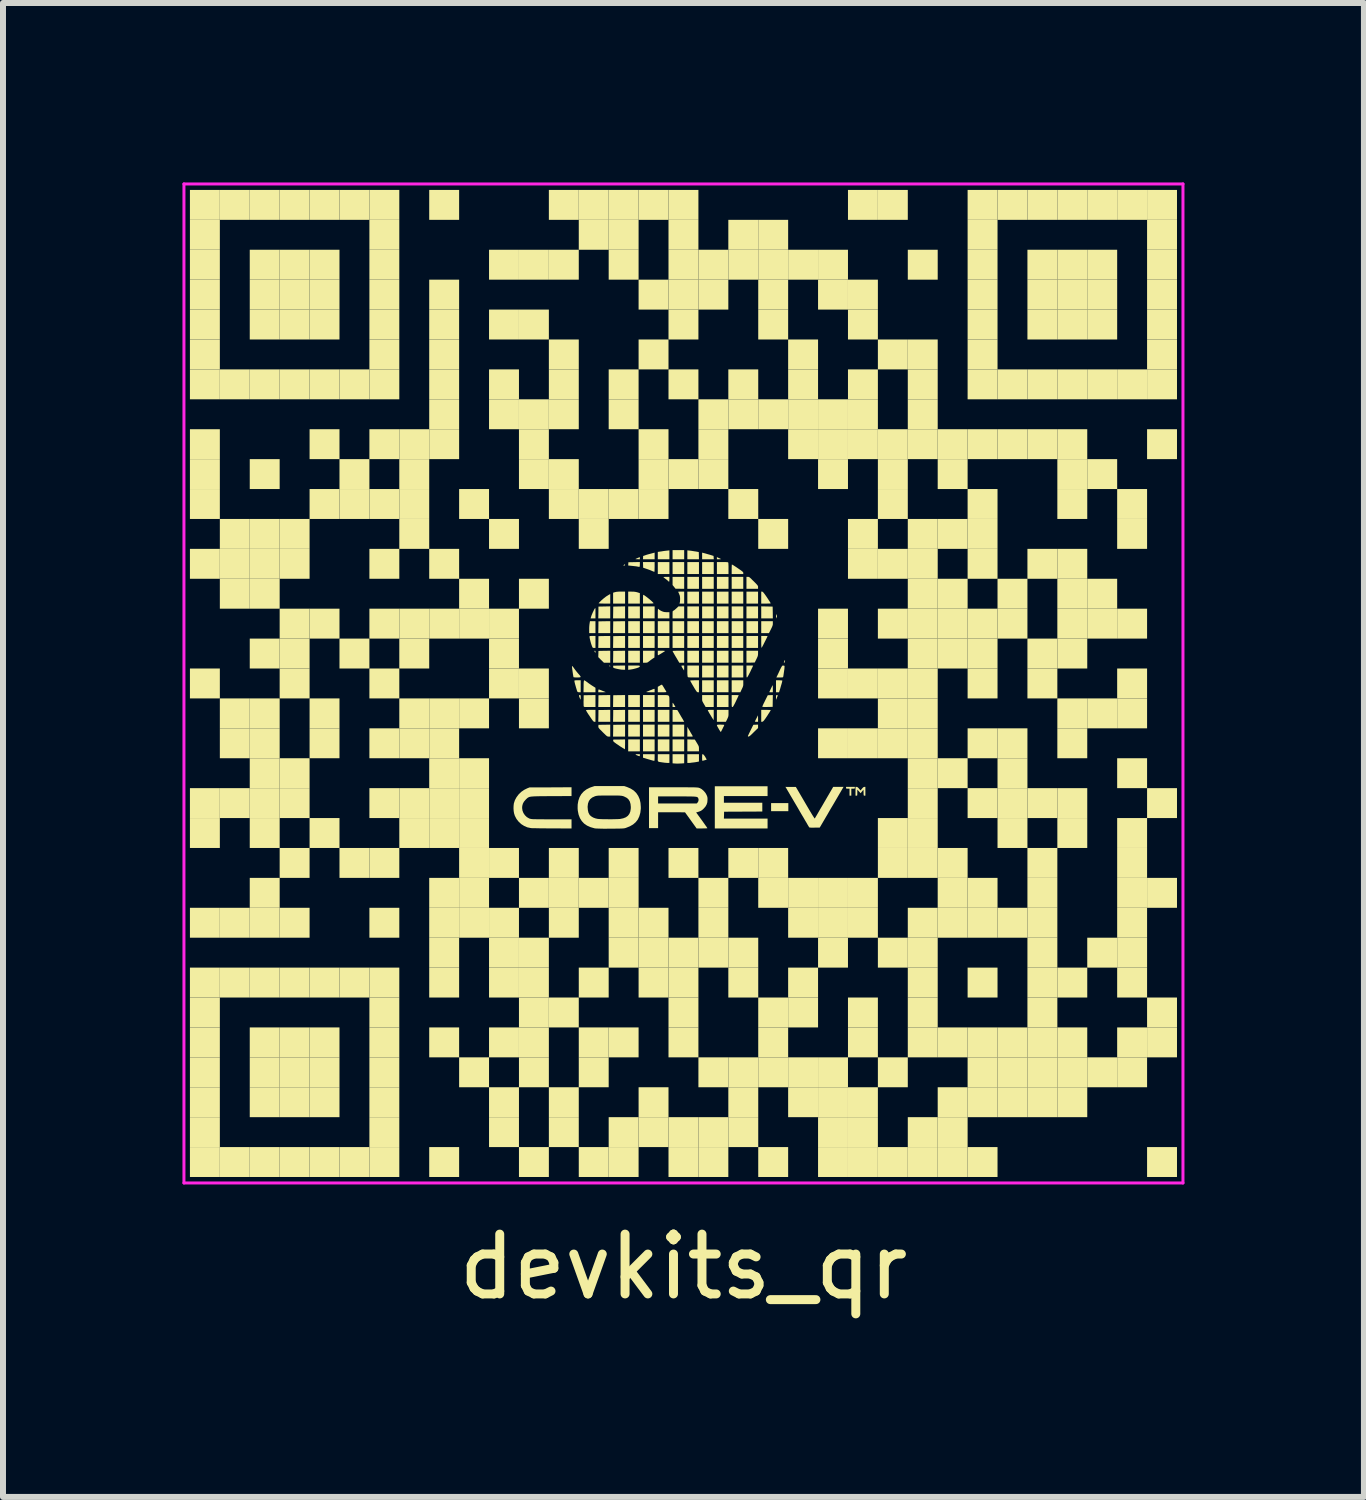
<source format=kicad_pcb>
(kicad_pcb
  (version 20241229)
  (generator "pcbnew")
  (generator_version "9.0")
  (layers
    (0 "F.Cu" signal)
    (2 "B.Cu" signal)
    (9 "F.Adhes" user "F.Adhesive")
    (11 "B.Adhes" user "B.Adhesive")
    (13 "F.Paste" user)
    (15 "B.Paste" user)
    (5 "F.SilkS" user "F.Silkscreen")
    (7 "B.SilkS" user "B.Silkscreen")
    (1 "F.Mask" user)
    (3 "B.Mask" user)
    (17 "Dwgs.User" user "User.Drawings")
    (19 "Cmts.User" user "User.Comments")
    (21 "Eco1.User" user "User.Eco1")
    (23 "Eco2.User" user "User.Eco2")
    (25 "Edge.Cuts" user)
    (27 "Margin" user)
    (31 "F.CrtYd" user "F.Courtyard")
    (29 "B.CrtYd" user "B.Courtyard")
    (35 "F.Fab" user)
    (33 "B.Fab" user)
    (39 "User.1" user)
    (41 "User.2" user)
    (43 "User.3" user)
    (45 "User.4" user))
  (footprint "devkits_qr"
    (layer "F.Cu")
    (at 8.375 8.375)
    (property "Reference" "devkits_qr" (at 0 9.75 0) (layer "F.SilkS") (effects (font (size 1 1) (thickness 0.15))))
    (fp_rect (start -8.25 -8.25) (end -7.75 -7.75) (stroke (width 0) (type solid)) (fill yes) (layer "F.SilkS"))
    (fp_rect (start -8.25 -7.75) (end -7.75 -7.25) (stroke (width 0) (type solid)) (fill yes) (layer "F.SilkS"))
    (fp_rect (start -8.25 -7.25) (end -7.75 -6.75) (stroke (width 0) (type solid)) (fill yes) (layer "F.SilkS"))
    (fp_rect (start -8.25 -6.75) (end -7.75 -6.25) (stroke (width 0) (type solid)) (fill yes) (layer "F.SilkS"))
    (fp_rect (start -8.25 -6.25) (end -7.75 -5.75) (stroke (width 0) (type solid)) (fill yes) (layer "F.SilkS"))
    (fp_rect (start -8.25 -5.75) (end -7.75 -5.25) (stroke (width 0) (type solid)) (fill yes) (layer "F.SilkS"))
    (fp_rect (start -8.25 -5.25) (end -7.75 -4.75) (stroke (width 0) (type solid)) (fill yes) (layer "F.SilkS"))
    (fp_rect (start -8.25 -4.25) (end -7.75 -3.75) (stroke (width 0) (type solid)) (fill yes) (layer "F.SilkS"))
    (fp_rect (start -8.25 -3.75) (end -7.75 -3.25) (stroke (width 0) (type solid)) (fill yes) (layer "F.SilkS"))
    (fp_rect (start -8.25 -3.25) (end -7.75 -2.75) (stroke (width 0) (type solid)) (fill yes) (layer "F.SilkS"))
    (fp_rect (start -8.25 -2.25) (end -7.75 -1.75) (stroke (width 0) (type solid)) (fill yes) (layer "F.SilkS"))
    (fp_rect (start -8.25 -0.25) (end -7.75 0.25) (stroke (width 0) (type solid)) (fill yes) (layer "F.SilkS"))
    (fp_rect (start -8.25 1.75) (end -7.75 2.25) (stroke (width 0) (type solid)) (fill yes) (layer "F.SilkS"))
    (fp_rect (start -8.25 2.25) (end -7.75 2.75) (stroke (width 0) (type solid)) (fill yes) (layer "F.SilkS"))
    (fp_rect (start -8.25 3.75) (end -7.75 4.25) (stroke (width 0) (type solid)) (fill yes) (layer "F.SilkS"))
    (fp_rect (start -8.25 4.75) (end -7.75 5.25) (stroke (width 0) (type solid)) (fill yes) (layer "F.SilkS"))
    (fp_rect (start -8.25 5.25) (end -7.75 5.75) (stroke (width 0) (type solid)) (fill yes) (layer "F.SilkS"))
    (fp_rect (start -8.25 5.75) (end -7.75 6.25) (stroke (width 0) (type solid)) (fill yes) (layer "F.SilkS"))
    (fp_rect (start -8.25 6.25) (end -7.75 6.75) (stroke (width 0) (type solid)) (fill yes) (layer "F.SilkS"))
    (fp_rect (start -8.25 6.75) (end -7.75 7.25) (stroke (width 0) (type solid)) (fill yes) (layer "F.SilkS"))
    (fp_rect (start -8.25 7.25) (end -7.75 7.75) (stroke (width 0) (type solid)) (fill yes) (layer "F.SilkS"))
    (fp_rect (start -8.25 7.75) (end -7.75 8.25) (stroke (width 0) (type solid)) (fill yes) (layer "F.SilkS"))
    (fp_rect (start -7.75 -8.25) (end -7.25 -7.75) (stroke (width 0) (type solid)) (fill yes) (layer "F.SilkS"))
    (fp_rect (start -7.75 -5.25) (end -7.25 -4.75) (stroke (width 0) (type solid)) (fill yes) (layer "F.SilkS"))
    (fp_rect (start -7.75 -2.75) (end -7.25 -2.25) (stroke (width 0) (type solid)) (fill yes) (layer "F.SilkS"))
    (fp_rect (start -7.75 -2.25) (end -7.25 -1.75) (stroke (width 0) (type solid)) (fill yes) (layer "F.SilkS"))
    (fp_rect (start -7.75 -1.75) (end -7.25 -1.25) (stroke (width 0) (type solid)) (fill yes) (layer "F.SilkS"))
    (fp_rect (start -7.75 0.25) (end -7.25 0.75) (stroke (width 0) (type solid)) (fill yes) (layer "F.SilkS"))
    (fp_rect (start -7.75 0.75) (end -7.25 1.25) (stroke (width 0) (type solid)) (fill yes) (layer "F.SilkS"))
    (fp_rect (start -7.75 1.75) (end -7.25 2.25) (stroke (width 0) (type solid)) (fill yes) (layer "F.SilkS"))
    (fp_rect (start -7.75 3.75) (end -7.25 4.25) (stroke (width 0) (type solid)) (fill yes) (layer "F.SilkS"))
    (fp_rect (start -7.75 4.75) (end -7.25 5.25) (stroke (width 0) (type solid)) (fill yes) (layer "F.SilkS"))
    (fp_rect (start -7.75 7.75) (end -7.25 8.25) (stroke (width 0) (type solid)) (fill yes) (layer "F.SilkS"))
    (fp_rect (start -7.25 -8.25) (end -6.75 -7.75) (stroke (width 0) (type solid)) (fill yes) (layer "F.SilkS"))
    (fp_rect (start -7.25 -7.25) (end -6.75 -6.75) (stroke (width 0) (type solid)) (fill yes) (layer "F.SilkS"))
    (fp_rect (start -7.25 -6.75) (end -6.75 -6.25) (stroke (width 0) (type solid)) (fill yes) (layer "F.SilkS"))
    (fp_rect (start -7.25 -6.25) (end -6.75 -5.75) (stroke (width 0) (type solid)) (fill yes) (layer "F.SilkS"))
    (fp_rect (start -7.25 -5.25) (end -6.75 -4.75) (stroke (width 0) (type solid)) (fill yes) (layer "F.SilkS"))
    (fp_rect (start -7.25 -3.75) (end -6.75 -3.25) (stroke (width 0) (type solid)) (fill yes) (layer "F.SilkS"))
    (fp_rect (start -7.25 -2.75) (end -6.75 -2.25) (stroke (width 0) (type solid)) (fill yes) (layer "F.SilkS"))
    (fp_rect (start -7.25 -2.25) (end -6.75 -1.75) (stroke (width 0) (type solid)) (fill yes) (layer "F.SilkS"))
    (fp_rect (start -7.25 -1.75) (end -6.75 -1.25) (stroke (width 0) (type solid)) (fill yes) (layer "F.SilkS"))
    (fp_rect (start -7.25 -0.75) (end -6.75 -0.25) (stroke (width 0) (type solid)) (fill yes) (layer "F.SilkS"))
    (fp_rect (start -7.25 0.25) (end -6.75 0.75) (stroke (width 0) (type solid)) (fill yes) (layer "F.SilkS"))
    (fp_rect (start -7.25 0.75) (end -6.75 1.25) (stroke (width 0) (type solid)) (fill yes) (layer "F.SilkS"))
    (fp_rect (start -7.25 1.25) (end -6.75 1.75) (stroke (width 0) (type solid)) (fill yes) (layer "F.SilkS"))
    (fp_rect (start -7.25 1.75) (end -6.75 2.25) (stroke (width 0) (type solid)) (fill yes) (layer "F.SilkS"))
    (fp_rect (start -7.25 2.25) (end -6.75 2.75) (stroke (width 0) (type solid)) (fill yes) (layer "F.SilkS"))
    (fp_rect (start -7.25 3.25) (end -6.75 3.75) (stroke (width 0) (type solid)) (fill yes) (layer "F.SilkS"))
    (fp_rect (start -7.25 3.75) (end -6.75 4.25) (stroke (width 0) (type solid)) (fill yes) (layer "F.SilkS"))
    (fp_rect (start -7.25 4.75) (end -6.75 5.25) (stroke (width 0) (type solid)) (fill yes) (layer "F.SilkS"))
    (fp_rect (start -7.25 5.75) (end -6.75 6.25) (stroke (width 0) (type solid)) (fill yes) (layer "F.SilkS"))
    (fp_rect (start -7.25 6.25) (end -6.75 6.75) (stroke (width 0) (type solid)) (fill yes) (layer "F.SilkS"))
    (fp_rect (start -7.25 6.75) (end -6.75 7.25) (stroke (width 0) (type solid)) (fill yes) (layer "F.SilkS"))
    (fp_rect (start -7.25 7.75) (end -6.75 8.25) (stroke (width 0) (type solid)) (fill yes) (layer "F.SilkS"))
    (fp_rect (start -6.75 -8.25) (end -6.25 -7.75) (stroke (width 0) (type solid)) (fill yes) (layer "F.SilkS"))
    (fp_rect (start -6.75 -7.25) (end -6.25 -6.75) (stroke (width 0) (type solid)) (fill yes) (layer "F.SilkS"))
    (fp_rect (start -6.75 -6.75) (end -6.25 -6.25) (stroke (width 0) (type solid)) (fill yes) (layer "F.SilkS"))
    (fp_rect (start -6.75 -6.25) (end -6.25 -5.75) (stroke (width 0) (type solid)) (fill yes) (layer "F.SilkS"))
    (fp_rect (start -6.75 -5.25) (end -6.25 -4.75) (stroke (width 0) (type solid)) (fill yes) (layer "F.SilkS"))
    (fp_rect (start -6.75 -2.75) (end -6.25 -2.25) (stroke (width 0) (type solid)) (fill yes) (layer "F.SilkS"))
    (fp_rect (start -6.75 -2.25) (end -6.25 -1.75) (stroke (width 0) (type solid)) (fill yes) (layer "F.SilkS"))
    (fp_rect (start -6.75 -1.25) (end -6.25 -0.75) (stroke (width 0) (type solid)) (fill yes) (layer "F.SilkS"))
    (fp_rect (start -6.75 -0.75) (end -6.25 -0.25) (stroke (width 0) (type solid)) (fill yes) (layer "F.SilkS"))
    (fp_rect (start -6.75 -0.25) (end -6.25 0.25) (stroke (width 0) (type solid)) (fill yes) (layer "F.SilkS"))
    (fp_rect (start -6.75 1.25) (end -6.25 1.75) (stroke (width 0) (type solid)) (fill yes) (layer "F.SilkS"))
    (fp_rect (start -6.75 1.75) (end -6.25 2.25) (stroke (width 0) (type solid)) (fill yes) (layer "F.SilkS"))
    (fp_rect (start -6.75 2.75) (end -6.25 3.25) (stroke (width 0) (type solid)) (fill yes) (layer "F.SilkS"))
    (fp_rect (start -6.75 3.75) (end -6.25 4.25) (stroke (width 0) (type solid)) (fill yes) (layer "F.SilkS"))
    (fp_rect (start -6.75 4.75) (end -6.25 5.25) (stroke (width 0) (type solid)) (fill yes) (layer "F.SilkS"))
    (fp_rect (start -6.75 5.75) (end -6.25 6.25) (stroke (width 0) (type solid)) (fill yes) (layer "F.SilkS"))
    (fp_rect (start -6.75 6.25) (end -6.25 6.75) (stroke (width 0) (type solid)) (fill yes) (layer "F.SilkS"))
    (fp_rect (start -6.75 6.75) (end -6.25 7.25) (stroke (width 0) (type solid)) (fill yes) (layer "F.SilkS"))
    (fp_rect (start -6.75 7.75) (end -6.25 8.25) (stroke (width 0) (type solid)) (fill yes) (layer "F.SilkS"))
    (fp_rect (start -6.25 -8.25) (end -5.75 -7.75) (stroke (width 0) (type solid)) (fill yes) (layer "F.SilkS"))
    (fp_rect (start -6.25 -7.25) (end -5.75 -6.75) (stroke (width 0) (type solid)) (fill yes) (layer "F.SilkS"))
    (fp_rect (start -6.25 -6.75) (end -5.75 -6.25) (stroke (width 0) (type solid)) (fill yes) (layer "F.SilkS"))
    (fp_rect (start -6.25 -6.25) (end -5.75 -5.75) (stroke (width 0) (type solid)) (fill yes) (layer "F.SilkS"))
    (fp_rect (start -6.25 -5.25) (end -5.75 -4.75) (stroke (width 0) (type solid)) (fill yes) (layer "F.SilkS"))
    (fp_rect (start -6.25 -4.25) (end -5.75 -3.75) (stroke (width 0) (type solid)) (fill yes) (layer "F.SilkS"))
    (fp_rect (start -6.25 -3.25) (end -5.75 -2.75) (stroke (width 0) (type solid)) (fill yes) (layer "F.SilkS"))
    (fp_rect (start -6.25 -1.25) (end -5.75 -0.75) (stroke (width 0) (type solid)) (fill yes) (layer "F.SilkS"))
    (fp_rect (start -6.25 0.25) (end -5.75 0.75) (stroke (width 0) (type solid)) (fill yes) (layer "F.SilkS"))
    (fp_rect (start -6.25 0.75) (end -5.75 1.25) (stroke (width 0) (type solid)) (fill yes) (layer "F.SilkS"))
    (fp_rect (start -6.25 2.25) (end -5.75 2.75) (stroke (width 0) (type solid)) (fill yes) (layer "F.SilkS"))
    (fp_rect (start -6.25 4.75) (end -5.75 5.25) (stroke (width 0) (type solid)) (fill yes) (layer "F.SilkS"))
    (fp_rect (start -6.25 5.75) (end -5.75 6.25) (stroke (width 0) (type solid)) (fill yes) (layer "F.SilkS"))
    (fp_rect (start -6.25 6.25) (end -5.75 6.75) (stroke (width 0) (type solid)) (fill yes) (layer "F.SilkS"))
    (fp_rect (start -6.25 6.75) (end -5.75 7.25) (stroke (width 0) (type solid)) (fill yes) (layer "F.SilkS"))
    (fp_rect (start -6.25 7.75) (end -5.75 8.25) (stroke (width 0) (type solid)) (fill yes) (layer "F.SilkS"))
    (fp_rect (start -5.75 -8.25) (end -5.25 -7.75) (stroke (width 0) (type solid)) (fill yes) (layer "F.SilkS"))
    (fp_rect (start -5.75 -5.25) (end -5.25 -4.75) (stroke (width 0) (type solid)) (fill yes) (layer "F.SilkS"))
    (fp_rect (start -5.75 -3.75) (end -5.25 -3.25) (stroke (width 0) (type solid)) (fill yes) (layer "F.SilkS"))
    (fp_rect (start -5.75 -3.25) (end -5.25 -2.75) (stroke (width 0) (type solid)) (fill yes) (layer "F.SilkS"))
    (fp_rect (start -5.75 -0.75) (end -5.25 -0.25) (stroke (width 0) (type solid)) (fill yes) (layer "F.SilkS"))
    (fp_rect (start -5.75 2.75) (end -5.25 3.25) (stroke (width 0) (type solid)) (fill yes) (layer "F.SilkS"))
    (fp_rect (start -5.75 4.75) (end -5.25 5.25) (stroke (width 0) (type solid)) (fill yes) (layer "F.SilkS"))
    (fp_rect (start -5.75 7.75) (end -5.25 8.25) (stroke (width 0) (type solid)) (fill yes) (layer "F.SilkS"))
    (fp_rect (start -5.25 -8.25) (end -4.75 -7.75) (stroke (width 0) (type solid)) (fill yes) (layer "F.SilkS"))
    (fp_rect (start -5.25 -7.75) (end -4.75 -7.25) (stroke (width 0) (type solid)) (fill yes) (layer "F.SilkS"))
    (fp_rect (start -5.25 -7.25) (end -4.75 -6.75) (stroke (width 0) (type solid)) (fill yes) (layer "F.SilkS"))
    (fp_rect (start -5.25 -6.75) (end -4.75 -6.25) (stroke (width 0) (type solid)) (fill yes) (layer "F.SilkS"))
    (fp_rect (start -5.25 -6.25) (end -4.75 -5.75) (stroke (width 0) (type solid)) (fill yes) (layer "F.SilkS"))
    (fp_rect (start -5.25 -5.75) (end -4.75 -5.25) (stroke (width 0) (type solid)) (fill yes) (layer "F.SilkS"))
    (fp_rect (start -5.25 -5.25) (end -4.75 -4.75) (stroke (width 0) (type solid)) (fill yes) (layer "F.SilkS"))
    (fp_rect (start -5.25 -4.25) (end -4.75 -3.75) (stroke (width 0) (type solid)) (fill yes) (layer "F.SilkS"))
    (fp_rect (start -5.25 -3.25) (end -4.75 -2.75) (stroke (width 0) (type solid)) (fill yes) (layer "F.SilkS"))
    (fp_rect (start -5.25 -2.25) (end -4.75 -1.75) (stroke (width 0) (type solid)) (fill yes) (layer "F.SilkS"))
    (fp_rect (start -5.25 -1.25) (end -4.75 -0.75) (stroke (width 0) (type solid)) (fill yes) (layer "F.SilkS"))
    (fp_rect (start -5.25 -0.25) (end -4.75 0.25) (stroke (width 0) (type solid)) (fill yes) (layer "F.SilkS"))
    (fp_rect (start -5.25 0.75) (end -4.75 1.25) (stroke (width 0) (type solid)) (fill yes) (layer "F.SilkS"))
    (fp_rect (start -5.25 1.75) (end -4.75 2.25) (stroke (width 0) (type solid)) (fill yes) (layer "F.SilkS"))
    (fp_rect (start -5.25 2.75) (end -4.75 3.25) (stroke (width 0) (type solid)) (fill yes) (layer "F.SilkS"))
    (fp_rect (start -5.25 3.75) (end -4.75 4.25) (stroke (width 0) (type solid)) (fill yes) (layer "F.SilkS"))
    (fp_rect (start -5.25 4.75) (end -4.75 5.25) (stroke (width 0) (type solid)) (fill yes) (layer "F.SilkS"))
    (fp_rect (start -5.25 5.25) (end -4.75 5.75) (stroke (width 0) (type solid)) (fill yes) (layer "F.SilkS"))
    (fp_rect (start -5.25 5.75) (end -4.75 6.25) (stroke (width 0) (type solid)) (fill yes) (layer "F.SilkS"))
    (fp_rect (start -5.25 6.25) (end -4.75 6.75) (stroke (width 0) (type solid)) (fill yes) (layer "F.SilkS"))
    (fp_rect (start -5.25 6.75) (end -4.75 7.25) (stroke (width 0) (type solid)) (fill yes) (layer "F.SilkS"))
    (fp_rect (start -5.25 7.25) (end -4.75 7.75) (stroke (width 0) (type solid)) (fill yes) (layer "F.SilkS"))
    (fp_rect (start -5.25 7.75) (end -4.75 8.25) (stroke (width 0) (type solid)) (fill yes) (layer "F.SilkS"))
    (fp_rect (start -4.75 -4.25) (end -4.25 -3.75) (stroke (width 0) (type solid)) (fill yes) (layer "F.SilkS"))
    (fp_rect (start -4.75 -3.75) (end -4.25 -3.25) (stroke (width 0) (type solid)) (fill yes) (layer "F.SilkS"))
    (fp_rect (start -4.75 -3.25) (end -4.25 -2.75) (stroke (width 0) (type solid)) (fill yes) (layer "F.SilkS"))
    (fp_rect (start -4.75 -2.75) (end -4.25 -2.25) (stroke (width 0) (type solid)) (fill yes) (layer "F.SilkS"))
    (fp_rect (start -4.75 -1.25) (end -4.25 -0.75) (stroke (width 0) (type solid)) (fill yes) (layer "F.SilkS"))
    (fp_rect (start -4.75 -0.75) (end -4.25 -0.25) (stroke (width 0) (type solid)) (fill yes) (layer "F.SilkS"))
    (fp_rect (start -4.75 0.25) (end -4.25 0.75) (stroke (width 0) (type solid)) (fill yes) (layer "F.SilkS"))
    (fp_rect (start -4.75 0.75) (end -4.25 1.25) (stroke (width 0) (type solid)) (fill yes) (layer "F.SilkS"))
    (fp_rect (start -4.75 1.75) (end -4.25 2.25) (stroke (width 0) (type solid)) (fill yes) (layer "F.SilkS"))
    (fp_rect (start -4.75 2.25) (end -4.25 2.75) (stroke (width 0) (type solid)) (fill yes) (layer "F.SilkS"))
    (fp_rect (start -4.25 -8.25) (end -3.75 -7.75) (stroke (width 0) (type solid)) (fill yes) (layer "F.SilkS"))
    (fp_rect (start -4.25 -6.75) (end -3.75 -6.25) (stroke (width 0) (type solid)) (fill yes) (layer "F.SilkS"))
    (fp_rect (start -4.25 -6.25) (end -3.75 -5.75) (stroke (width 0) (type solid)) (fill yes) (layer "F.SilkS"))
    (fp_rect (start -4.25 -5.75) (end -3.75 -5.25) (stroke (width 0) (type solid)) (fill yes) (layer "F.SilkS"))
    (fp_rect (start -4.25 -5.25) (end -3.75 -4.75) (stroke (width 0) (type solid)) (fill yes) (layer "F.SilkS"))
    (fp_rect (start -4.25 -4.75) (end -3.75 -4.25) (stroke (width 0) (type solid)) (fill yes) (layer "F.SilkS"))
    (fp_rect (start -4.25 -4.25) (end -3.75 -3.75) (stroke (width 0) (type solid)) (fill yes) (layer "F.SilkS"))
    (fp_rect (start -4.25 -2.25) (end -3.75 -1.75) (stroke (width 0) (type solid)) (fill yes) (layer "F.SilkS"))
    (fp_rect (start -4.25 -1.25) (end -3.75 -0.75) (stroke (width 0) (type solid)) (fill yes) (layer "F.SilkS"))
    (fp_rect (start -4.25 0.25) (end -3.75 0.75) (stroke (width 0) (type solid)) (fill yes) (layer "F.SilkS"))
    (fp_rect (start -4.25 0.75) (end -3.75 1.25) (stroke (width 0) (type solid)) (fill yes) (layer "F.SilkS"))
    (fp_rect (start -4.25 1.25) (end -3.75 1.75) (stroke (width 0) (type solid)) (fill yes) (layer "F.SilkS"))
    (fp_rect (start -4.25 1.75) (end -3.75 2.25) (stroke (width 0) (type solid)) (fill yes) (layer "F.SilkS"))
    (fp_rect (start -4.25 2.25) (end -3.75 2.75) (stroke (width 0) (type solid)) (fill yes) (layer "F.SilkS"))
    (fp_rect (start -4.25 3.25) (end -3.75 3.75) (stroke (width 0) (type solid)) (fill yes) (layer "F.SilkS"))
    (fp_rect (start -4.25 3.75) (end -3.75 4.25) (stroke (width 0) (type solid)) (fill yes) (layer "F.SilkS"))
    (fp_rect (start -4.25 4.25) (end -3.75 4.75) (stroke (width 0) (type solid)) (fill yes) (layer "F.SilkS"))
    (fp_rect (start -4.25 4.75) (end -3.75 5.25) (stroke (width 0) (type solid)) (fill yes) (layer "F.SilkS"))
    (fp_rect (start -4.25 5.75) (end -3.75 6.25) (stroke (width 0) (type solid)) (fill yes) (layer "F.SilkS"))
    (fp_rect (start -4.25 7.75) (end -3.75 8.25) (stroke (width 0) (type solid)) (fill yes) (layer "F.SilkS"))
    (fp_rect (start -3.75 -3.25) (end -3.25 -2.75) (stroke (width 0) (type solid)) (fill yes) (layer "F.SilkS"))
    (fp_rect (start -3.75 -1.75) (end -3.25 -1.25) (stroke (width 0) (type solid)) (fill yes) (layer "F.SilkS"))
    (fp_rect (start -3.75 -1.25) (end -3.25 -0.75) (stroke (width 0) (type solid)) (fill yes) (layer "F.SilkS"))
    (fp_rect (start -3.75 0.25) (end -3.25 0.75) (stroke (width 0) (type solid)) (fill yes) (layer "F.SilkS"))
    (fp_rect (start -3.75 1.25) (end -3.25 1.75) (stroke (width 0) (type solid)) (fill yes) (layer "F.SilkS"))
    (fp_rect (start -3.75 1.75) (end -3.25 2.25) (stroke (width 0) (type solid)) (fill yes) (layer "F.SilkS"))
    (fp_rect (start -3.75 2.25) (end -3.25 2.75) (stroke (width 0) (type solid)) (fill yes) (layer "F.SilkS"))
    (fp_rect (start -3.75 2.75) (end -3.25 3.25) (stroke (width 0) (type solid)) (fill yes) (layer "F.SilkS"))
    (fp_rect (start -3.75 3.25) (end -3.25 3.75) (stroke (width 0) (type solid)) (fill yes) (layer "F.SilkS"))
    (fp_rect (start -3.75 3.75) (end -3.25 4.25) (stroke (width 0) (type solid)) (fill yes) (layer "F.SilkS"))
    (fp_rect (start -3.75 6.25) (end -3.25 6.75) (stroke (width 0) (type solid)) (fill yes) (layer "F.SilkS"))
    (fp_rect (start -3.25 -7.25) (end -2.75 -6.75) (stroke (width 0) (type solid)) (fill yes) (layer "F.SilkS"))
    (fp_rect (start -3.25 -6.25) (end -2.75 -5.75) (stroke (width 0) (type solid)) (fill yes) (layer "F.SilkS"))
    (fp_rect (start -3.25 -5.25) (end -2.75 -4.75) (stroke (width 0) (type solid)) (fill yes) (layer "F.SilkS"))
    (fp_rect (start -3.25 -4.75) (end -2.75 -4.25) (stroke (width 0) (type solid)) (fill yes) (layer "F.SilkS"))
    (fp_rect (start -3.25 -2.75) (end -2.75 -2.25) (stroke (width 0) (type solid)) (fill yes) (layer "F.SilkS"))
    (fp_rect (start -3.25 -1.25) (end -2.75 -0.75) (stroke (width 0) (type solid)) (fill yes) (layer "F.SilkS"))
    (fp_rect (start -3.25 -0.75) (end -2.75 -0.25) (stroke (width 0) (type solid)) (fill yes) (layer "F.SilkS"))
    (fp_rect (start -3.25 -0.25) (end -2.75 0.25) (stroke (width 0) (type solid)) (fill yes) (layer "F.SilkS"))
    (fp_rect (start -3.25 2.75) (end -2.75 3.25) (stroke (width 0) (type solid)) (fill yes) (layer "F.SilkS"))
    (fp_rect (start -3.25 3.75) (end -2.75 4.25) (stroke (width 0) (type solid)) (fill yes) (layer "F.SilkS"))
    (fp_rect (start -3.25 4.25) (end -2.75 4.75) (stroke (width 0) (type solid)) (fill yes) (layer "F.SilkS"))
    (fp_rect (start -3.25 4.75) (end -2.75 5.25) (stroke (width 0) (type solid)) (fill yes) (layer "F.SilkS"))
    (fp_rect (start -3.25 5.75) (end -2.75 6.25) (stroke (width 0) (type solid)) (fill yes) (layer "F.SilkS"))
    (fp_rect (start -3.25 6.75) (end -2.75 7.25) (stroke (width 0) (type solid)) (fill yes) (layer "F.SilkS"))
    (fp_rect (start -3.25 7.25) (end -2.75 7.75) (stroke (width 0) (type solid)) (fill yes) (layer "F.SilkS"))
    (fp_rect (start -2.75 -7.25) (end -2.25 -6.75) (stroke (width 0) (type solid)) (fill yes) (layer "F.SilkS"))
    (fp_rect (start -2.75 -6.25) (end -2.25 -5.75) (stroke (width 0) (type solid)) (fill yes) (layer "F.SilkS"))
    (fp_rect (start -2.75 -4.75) (end -2.25 -4.25) (stroke (width 0) (type solid)) (fill yes) (layer "F.SilkS"))
    (fp_rect (start -2.75 -4.25) (end -2.25 -3.75) (stroke (width 0) (type solid)) (fill yes) (layer "F.SilkS"))
    (fp_rect (start -2.75 -3.75) (end -2.25 -3.25) (stroke (width 0) (type solid)) (fill yes) (layer "F.SilkS"))
    (fp_rect (start -2.75 -1.75) (end -2.25 -1.25) (stroke (width 0) (type solid)) (fill yes) (layer "F.SilkS"))
    (fp_rect (start -2.75 -0.25) (end -2.25 0.25) (stroke (width 0) (type solid)) (fill yes) (layer "F.SilkS"))
    (fp_rect (start -2.75 0.25) (end -2.25 0.75) (stroke (width 0) (type solid)) (fill yes) (layer "F.SilkS"))
    (fp_rect (start -2.75 3.25) (end -2.25 3.75) (stroke (width 0) (type solid)) (fill yes) (layer "F.SilkS"))
    (fp_rect (start -2.75 4.25) (end -2.25 4.75) (stroke (width 0) (type solid)) (fill yes) (layer "F.SilkS"))
    (fp_rect (start -2.75 4.75) (end -2.25 5.25) (stroke (width 0) (type solid)) (fill yes) (layer "F.SilkS"))
    (fp_rect (start -2.75 5.25) (end -2.25 5.75) (stroke (width 0) (type solid)) (fill yes) (layer "F.SilkS"))
    (fp_rect (start -2.75 5.75) (end -2.25 6.25) (stroke (width 0) (type solid)) (fill yes) (layer "F.SilkS"))
    (fp_rect (start -2.75 6.25) (end -2.25 6.75) (stroke (width 0) (type solid)) (fill yes) (layer "F.SilkS"))
    (fp_rect (start -2.75 7.75) (end -2.25 8.25) (stroke (width 0) (type solid)) (fill yes) (layer "F.SilkS"))
    (fp_rect (start -2.25 -8.25) (end -1.75 -7.75) (stroke (width 0) (type solid)) (fill yes) (layer "F.SilkS"))
    (fp_rect (start -2.25 -7.25) (end -1.75 -6.75) (stroke (width 0) (type solid)) (fill yes) (layer "F.SilkS"))
    (fp_rect (start -2.25 -5.75) (end -1.75 -5.25) (stroke (width 0) (type solid)) (fill yes) (layer "F.SilkS"))
    (fp_rect (start -2.25 -5.25) (end -1.75 -4.75) (stroke (width 0) (type solid)) (fill yes) (layer "F.SilkS"))
    (fp_rect (start -2.25 -4.75) (end -1.75 -4.25) (stroke (width 0) (type solid)) (fill yes) (layer "F.SilkS"))
    (fp_rect (start -2.25 -3.75) (end -1.75 -3.25) (stroke (width 0) (type solid)) (fill yes) (layer "F.SilkS"))
    (fp_rect (start -2.25 -3.25) (end -1.75 -2.75) (stroke (width 0) (type solid)) (fill yes) (layer "F.SilkS"))
    (fp_rect (start -2.25 2.75) (end -1.75 3.25) (stroke (width 0) (type solid)) (fill yes) (layer "F.SilkS"))
    (fp_rect (start -2.25 3.25) (end -1.75 3.75) (stroke (width 0) (type solid)) (fill yes) (layer "F.SilkS"))
    (fp_rect (start -2.25 3.75) (end -1.75 4.25) (stroke (width 0) (type solid)) (fill yes) (layer "F.SilkS"))
    (fp_rect (start -2.25 5.25) (end -1.75 5.75) (stroke (width 0) (type solid)) (fill yes) (layer "F.SilkS"))
    (fp_rect (start -2.25 6.75) (end -1.75 7.25) (stroke (width 0) (type solid)) (fill yes) (layer "F.SilkS"))
    (fp_rect (start -2.25 7.25) (end -1.75 7.75) (stroke (width 0) (type solid)) (fill yes) (layer "F.SilkS"))
    (fp_rect (start -1.75 -8.25) (end -1.25 -7.75) (stroke (width 0) (type solid)) (fill yes) (layer "F.SilkS"))
    (fp_rect (start -1.75 -7.75) (end -1.25 -7.25) (stroke (width 0) (type solid)) (fill yes) (layer "F.SilkS"))
    (fp_rect (start -1.75 -3.25) (end -1.25 -2.75) (stroke (width 0) (type solid)) (fill yes) (layer "F.SilkS"))
    (fp_rect (start -1.75 -2.75) (end -1.25 -2.25) (stroke (width 0) (type solid)) (fill yes) (layer "F.SilkS"))
    (fp_rect (start -1.75 3.25) (end -1.25 3.75) (stroke (width 0) (type solid)) (fill yes) (layer "F.SilkS"))
    (fp_rect (start -1.75 4.75) (end -1.25 5.25) (stroke (width 0) (type solid)) (fill yes) (layer "F.SilkS"))
    (fp_rect (start -1.75 5.75) (end -1.25 6.25) (stroke (width 0) (type solid)) (fill yes) (layer "F.SilkS"))
    (fp_rect (start -1.75 6.25) (end -1.25 6.75) (stroke (width 0) (type solid)) (fill yes) (layer "F.SilkS"))
    (fp_rect (start -1.75 7.75) (end -1.25 8.25) (stroke (width 0) (type solid)) (fill yes) (layer "F.SilkS"))
    (fp_rect (start -1.25 -8.25) (end -0.75 -7.75) (stroke (width 0) (type solid)) (fill yes) (layer "F.SilkS"))
    (fp_rect (start -1.25 -7.75) (end -0.75 -7.25) (stroke (width 0) (type solid)) (fill yes) (layer "F.SilkS"))
    (fp_rect (start -1.25 -7.25) (end -0.75 -6.75) (stroke (width 0) (type solid)) (fill yes) (layer "F.SilkS"))
    (fp_rect (start -1.25 -5.25) (end -0.75 -4.75) (stroke (width 0) (type solid)) (fill yes) (layer "F.SilkS"))
    (fp_rect (start -1.25 -4.75) (end -0.75 -4.25) (stroke (width 0) (type solid)) (fill yes) (layer "F.SilkS"))
    (fp_rect (start -1.25 -3.25) (end -0.75 -2.75) (stroke (width 0) (type solid)) (fill yes) (layer "F.SilkS"))
    (fp_rect (start -1.25 2.75) (end -0.75 3.25) (stroke (width 0) (type solid)) (fill yes) (layer "F.SilkS"))
    (fp_rect (start -1.25 3.25) (end -0.75 3.75) (stroke (width 0) (type solid)) (fill yes) (layer "F.SilkS"))
    (fp_rect (start -1.25 3.75) (end -0.75 4.25) (stroke (width 0) (type solid)) (fill yes) (layer "F.SilkS"))
    (fp_rect (start -1.25 4.25) (end -0.75 4.75) (stroke (width 0) (type solid)) (fill yes) (layer "F.SilkS"))
    (fp_rect (start -1.25 5.75) (end -0.75 6.25) (stroke (width 0) (type solid)) (fill yes) (layer "F.SilkS"))
    (fp_rect (start -1.25 7.25) (end -0.75 7.75) (stroke (width 0) (type solid)) (fill yes) (layer "F.SilkS"))
    (fp_rect (start -1.25 7.75) (end -0.75 8.25) (stroke (width 0) (type solid)) (fill yes) (layer "F.SilkS"))
    (fp_rect (start -0.75 -8.25) (end -0.25 -7.75) (stroke (width 0) (type solid)) (fill yes) (layer "F.SilkS"))
    (fp_rect (start -0.75 -6.75) (end -0.25 -6.25) (stroke (width 0) (type solid)) (fill yes) (layer "F.SilkS"))
    (fp_rect (start -0.75 -5.75) (end -0.25 -5.25) (stroke (width 0) (type solid)) (fill yes) (layer "F.SilkS"))
    (fp_rect (start -0.75 -4.25) (end -0.25 -3.75) (stroke (width 0) (type solid)) (fill yes) (layer "F.SilkS"))
    (fp_rect (start -0.75 -3.75) (end -0.25 -3.25) (stroke (width 0) (type solid)) (fill yes) (layer "F.SilkS"))
    (fp_rect (start -0.75 -3.25) (end -0.25 -2.75) (stroke (width 0) (type solid)) (fill yes) (layer "F.SilkS"))
    (fp_rect (start -0.75 3.75) (end -0.25 4.25) (stroke (width 0) (type solid)) (fill yes) (layer "F.SilkS"))
    (fp_rect (start -0.75 4.25) (end -0.25 4.75) (stroke (width 0) (type solid)) (fill yes) (layer "F.SilkS"))
    (fp_rect (start -0.75 4.75) (end -0.25 5.25) (stroke (width 0) (type solid)) (fill yes) (layer "F.SilkS"))
    (fp_rect (start -0.75 6.75) (end -0.25 7.25) (stroke (width 0) (type solid)) (fill yes) (layer "F.SilkS"))
    (fp_rect (start -0.75 7.25) (end -0.25 7.75) (stroke (width 0) (type solid)) (fill yes) (layer "F.SilkS"))
    (fp_rect (start -0.25 -8.25) (end 0.25 -7.75) (stroke (width 0) (type solid)) (fill yes) (layer "F.SilkS"))
    (fp_rect (start -0.25 -7.75) (end 0.25 -7.25) (stroke (width 0) (type solid)) (fill yes) (layer "F.SilkS"))
    (fp_rect (start -0.25 -7.25) (end 0.25 -6.75) (stroke (width 0) (type solid)) (fill yes) (layer "F.SilkS"))
    (fp_rect (start -0.25 -6.75) (end 0.25 -6.25) (stroke (width 0) (type solid)) (fill yes) (layer "F.SilkS"))
    (fp_rect (start -0.25 -6.25) (end 0.25 -5.75) (stroke (width 0) (type solid)) (fill yes) (layer "F.SilkS"))
    (fp_rect (start -0.25 -5.25) (end 0.25 -4.75) (stroke (width 0) (type solid)) (fill yes) (layer "F.SilkS"))
    (fp_rect (start -0.25 -3.75) (end 0.25 -3.25) (stroke (width 0) (type solid)) (fill yes) (layer "F.SilkS"))
    (fp_rect (start -0.25 2.75) (end 0.25 3.25) (stroke (width 0) (type solid)) (fill yes) (layer "F.SilkS"))
    (fp_rect (start -0.25 4.25) (end 0.25 4.75) (stroke (width 0) (type solid)) (fill yes) (layer "F.SilkS"))
    (fp_rect (start -0.25 4.75) (end 0.25 5.25) (stroke (width 0) (type solid)) (fill yes) (layer "F.SilkS"))
    (fp_rect (start -0.25 5.25) (end 0.25 5.75) (stroke (width 0) (type solid)) (fill yes) (layer "F.SilkS"))
    (fp_rect (start -0.25 5.75) (end 0.25 6.25) (stroke (width 0) (type solid)) (fill yes) (layer "F.SilkS"))
    (fp_rect (start -0.25 7.25) (end 0.25 7.75) (stroke (width 0) (type solid)) (fill yes) (layer "F.SilkS"))
    (fp_rect (start -0.25 7.75) (end 0.25 8.25) (stroke (width 0) (type solid)) (fill yes) (layer "F.SilkS"))
    (fp_rect (start 0.25 -7.25) (end 0.75 -6.75) (stroke (width 0) (type solid)) (fill yes) (layer "F.SilkS"))
    (fp_rect (start 0.25 -6.75) (end 0.75 -6.25) (stroke (width 0) (type solid)) (fill yes) (layer "F.SilkS"))
    (fp_rect (start 0.25 -4.75) (end 0.75 -4.25) (stroke (width 0) (type solid)) (fill yes) (layer "F.SilkS"))
    (fp_rect (start 0.25 -4.25) (end 0.75 -3.75) (stroke (width 0) (type solid)) (fill yes) (layer "F.SilkS"))
    (fp_rect (start 0.25 -3.75) (end 0.75 -3.25) (stroke (width 0) (type solid)) (fill yes) (layer "F.SilkS"))
    (fp_rect (start 0.25 3.25) (end 0.75 3.75) (stroke (width 0) (type solid)) (fill yes) (layer "F.SilkS"))
    (fp_rect (start 0.25 3.75) (end 0.75 4.25) (stroke (width 0) (type solid)) (fill yes) (layer "F.SilkS"))
    (fp_rect (start 0.25 4.25) (end 0.75 4.75) (stroke (width 0) (type solid)) (fill yes) (layer "F.SilkS"))
    (fp_rect (start 0.25 6.25) (end 0.75 6.75) (stroke (width 0) (type solid)) (fill yes) (layer "F.SilkS"))
    (fp_rect (start 0.25 7.25) (end 0.75 7.75) (stroke (width 0) (type solid)) (fill yes) (layer "F.SilkS"))
    (fp_rect (start 0.25 7.75) (end 0.75 8.25) (stroke (width 0) (type solid)) (fill yes) (layer "F.SilkS"))
    (fp_rect (start 0.75 -7.75) (end 1.25 -7.25) (stroke (width 0) (type solid)) (fill yes) (layer "F.SilkS"))
    (fp_rect (start 0.75 -7.25) (end 1.25 -6.75) (stroke (width 0) (type solid)) (fill yes) (layer "F.SilkS"))
    (fp_rect (start 0.75 -5.25) (end 1.25 -4.75) (stroke (width 0) (type solid)) (fill yes) (layer "F.SilkS"))
    (fp_rect (start 0.75 -4.75) (end 1.25 -4.25) (stroke (width 0) (type solid)) (fill yes) (layer "F.SilkS"))
    (fp_rect (start 0.75 -3.25) (end 1.25 -2.75) (stroke (width 0) (type solid)) (fill yes) (layer "F.SilkS"))
    (fp_rect (start 0.75 2.75) (end 1.25 3.25) (stroke (width 0) (type solid)) (fill yes) (layer "F.SilkS"))
    (fp_rect (start 0.75 4.25) (end 1.25 4.75) (stroke (width 0) (type solid)) (fill yes) (layer "F.SilkS"))
    (fp_rect (start 0.75 4.75) (end 1.25 5.25) (stroke (width 0) (type solid)) (fill yes) (layer "F.SilkS"))
    (fp_rect (start 0.75 6.25) (end 1.25 6.75) (stroke (width 0) (type solid)) (fill yes) (layer "F.SilkS"))
    (fp_rect (start 0.75 6.75) (end 1.25 7.25) (stroke (width 0) (type solid)) (fill yes) (layer "F.SilkS"))
    (fp_rect (start 0.75 7.25) (end 1.25 7.75) (stroke (width 0) (type solid)) (fill yes) (layer "F.SilkS"))
    (fp_rect (start 1.25 -7.75) (end 1.75 -7.25) (stroke (width 0) (type solid)) (fill yes) (layer "F.SilkS"))
    (fp_rect (start 1.25 -7.25) (end 1.75 -6.75) (stroke (width 0) (type solid)) (fill yes) (layer "F.SilkS"))
    (fp_rect (start 1.25 -6.75) (end 1.75 -6.25) (stroke (width 0) (type solid)) (fill yes) (layer "F.SilkS"))
    (fp_rect (start 1.25 -6.25) (end 1.75 -5.75) (stroke (width 0) (type solid)) (fill yes) (layer "F.SilkS"))
    (fp_rect (start 1.25 -4.75) (end 1.75 -4.25) (stroke (width 0) (type solid)) (fill yes) (layer "F.SilkS"))
    (fp_rect (start 1.25 -2.75) (end 1.75 -2.25) (stroke (width 0) (type solid)) (fill yes) (layer "F.SilkS"))
    (fp_rect (start 1.25 2.75) (end 1.75 3.25) (stroke (width 0) (type solid)) (fill yes) (layer "F.SilkS"))
    (fp_rect (start 1.25 3.25) (end 1.75 3.75) (stroke (width 0) (type solid)) (fill yes) (layer "F.SilkS"))
    (fp_rect (start 1.25 5.25) (end 1.75 5.75) (stroke (width 0) (type solid)) (fill yes) (layer "F.SilkS"))
    (fp_rect (start 1.25 5.75) (end 1.75 6.25) (stroke (width 0) (type solid)) (fill yes) (layer "F.SilkS"))
    (fp_rect (start 1.25 6.25) (end 1.75 6.75) (stroke (width 0) (type solid)) (fill yes) (layer "F.SilkS"))
    (fp_rect (start 1.25 7.75) (end 1.75 8.25) (stroke (width 0) (type solid)) (fill yes) (layer "F.SilkS"))
    (fp_rect (start 1.75 -7.25) (end 2.25 -6.75) (stroke (width 0) (type solid)) (fill yes) (layer "F.SilkS"))
    (fp_rect (start 1.75 -5.75) (end 2.25 -5.25) (stroke (width 0) (type solid)) (fill yes) (layer "F.SilkS"))
    (fp_rect (start 1.75 -5.25) (end 2.25 -4.75) (stroke (width 0) (type solid)) (fill yes) (layer "F.SilkS"))
    (fp_rect (start 1.75 -4.75) (end 2.25 -4.25) (stroke (width 0) (type solid)) (fill yes) (layer "F.SilkS"))
    (fp_rect (start 1.75 -4.25) (end 2.25 -3.75) (stroke (width 0) (type solid)) (fill yes) (layer "F.SilkS"))
    (fp_rect (start 1.75 3.25) (end 2.25 3.75) (stroke (width 0) (type solid)) (fill yes) (layer "F.SilkS"))
    (fp_rect (start 1.75 3.75) (end 2.25 4.25) (stroke (width 0) (type solid)) (fill yes) (layer "F.SilkS"))
    (fp_rect (start 1.75 4.75) (end 2.25 5.25) (stroke (width 0) (type solid)) (fill yes) (layer "F.SilkS"))
    (fp_rect (start 1.75 5.25) (end 2.25 5.75) (stroke (width 0) (type solid)) (fill yes) (layer "F.SilkS"))
    (fp_rect (start 1.75 6.25) (end 2.25 6.75) (stroke (width 0) (type solid)) (fill yes) (layer "F.SilkS"))
    (fp_rect (start 1.75 6.75) (end 2.25 7.25) (stroke (width 0) (type solid)) (fill yes) (layer "F.SilkS"))
    (fp_rect (start 2.25 -7.25) (end 2.75 -6.75) (stroke (width 0) (type solid)) (fill yes) (layer "F.SilkS"))
    (fp_rect (start 2.25 -6.75) (end 2.75 -6.25) (stroke (width 0) (type solid)) (fill yes) (layer "F.SilkS"))
    (fp_rect (start 2.25 -4.75) (end 2.75 -4.25) (stroke (width 0) (type solid)) (fill yes) (layer "F.SilkS"))
    (fp_rect (start 2.25 -4.25) (end 2.75 -3.75) (stroke (width 0) (type solid)) (fill yes) (layer "F.SilkS"))
    (fp_rect (start 2.25 -3.75) (end 2.75 -3.25) (stroke (width 0) (type solid)) (fill yes) (layer "F.SilkS"))
    (fp_rect (start 2.25 -1.25) (end 2.75 -0.75) (stroke (width 0) (type solid)) (fill yes) (layer "F.SilkS"))
    (fp_rect (start 2.25 -0.75) (end 2.75 -0.25) (stroke (width 0) (type solid)) (fill yes) (layer "F.SilkS"))
    (fp_rect (start 2.25 -0.25) (end 2.75 0.25) (stroke (width 0) (type solid)) (fill yes) (layer "F.SilkS"))
    (fp_rect (start 2.25 0.75) (end 2.75 1.25) (stroke (width 0) (type solid)) (fill yes) (layer "F.SilkS"))
    (fp_rect (start 2.25 3.25) (end 2.75 3.75) (stroke (width 0) (type solid)) (fill yes) (layer "F.SilkS"))
    (fp_rect (start 2.25 3.75) (end 2.75 4.25) (stroke (width 0) (type solid)) (fill yes) (layer "F.SilkS"))
    (fp_rect (start 2.25 4.25) (end 2.75 4.75) (stroke (width 0) (type solid)) (fill yes) (layer "F.SilkS"))
    (fp_rect (start 2.25 6.25) (end 2.75 6.75) (stroke (width 0) (type solid)) (fill yes) (layer "F.SilkS"))
    (fp_rect (start 2.25 6.75) (end 2.75 7.25) (stroke (width 0) (type solid)) (fill yes) (layer "F.SilkS"))
    (fp_rect (start 2.25 7.25) (end 2.75 7.75) (stroke (width 0) (type solid)) (fill yes) (layer "F.SilkS"))
    (fp_rect (start 2.25 7.75) (end 2.75 8.25) (stroke (width 0) (type solid)) (fill yes) (layer "F.SilkS"))
    (fp_rect (start 2.75 -8.25) (end 3.25 -7.75) (stroke (width 0) (type solid)) (fill yes) (layer "F.SilkS"))
    (fp_rect (start 2.75 -6.75) (end 3.25 -6.25) (stroke (width 0) (type solid)) (fill yes) (layer "F.SilkS"))
    (fp_rect (start 2.75 -6.25) (end 3.25 -5.75) (stroke (width 0) (type solid)) (fill yes) (layer "F.SilkS"))
    (fp_rect (start 2.75 -5.25) (end 3.25 -4.75) (stroke (width 0) (type solid)) (fill yes) (layer "F.SilkS"))
    (fp_rect (start 2.75 -4.75) (end 3.25 -4.25) (stroke (width 0) (type solid)) (fill yes) (layer "F.SilkS"))
    (fp_rect (start 2.75 -4.25) (end 3.25 -3.75) (stroke (width 0) (type solid)) (fill yes) (layer "F.SilkS"))
    (fp_rect (start 2.75 -2.75) (end 3.25 -2.25) (stroke (width 0) (type solid)) (fill yes) (layer "F.SilkS"))
    (fp_rect (start 2.75 -2.25) (end 3.25 -1.75) (stroke (width 0) (type solid)) (fill yes) (layer "F.SilkS"))
    (fp_rect (start 2.75 -0.25) (end 3.25 0.25) (stroke (width 0) (type solid)) (fill yes) (layer "F.SilkS"))
    (fp_rect (start 2.75 0.75) (end 3.25 1.25) (stroke (width 0) (type solid)) (fill yes) (layer "F.SilkS"))
    (fp_rect (start 2.75 3.25) (end 3.25 3.75) (stroke (width 0) (type solid)) (fill yes) (layer "F.SilkS"))
    (fp_rect (start 2.75 3.75) (end 3.25 4.25) (stroke (width 0) (type solid)) (fill yes) (layer "F.SilkS"))
    (fp_rect (start 2.75 5.25) (end 3.25 5.75) (stroke (width 0) (type solid)) (fill yes) (layer "F.SilkS"))
    (fp_rect (start 2.75 5.75) (end 3.25 6.25) (stroke (width 0) (type solid)) (fill yes) (layer "F.SilkS"))
    (fp_rect (start 2.75 6.75) (end 3.25 7.25) (stroke (width 0) (type solid)) (fill yes) (layer "F.SilkS"))
    (fp_rect (start 2.75 7.25) (end 3.25 7.75) (stroke (width 0) (type solid)) (fill yes) (layer "F.SilkS"))
    (fp_rect (start 2.75 7.75) (end 3.25 8.25) (stroke (width 0) (type solid)) (fill yes) (layer "F.SilkS"))
    (fp_rect (start 3.25 -8.25) (end 3.75 -7.75) (stroke (width 0) (type solid)) (fill yes) (layer "F.SilkS"))
    (fp_rect (start 3.25 -5.75) (end 3.75 -5.25) (stroke (width 0) (type solid)) (fill yes) (layer "F.SilkS"))
    (fp_rect (start 3.25 -4.25) (end 3.75 -3.75) (stroke (width 0) (type solid)) (fill yes) (layer "F.SilkS"))
    (fp_rect (start 3.25 -3.75) (end 3.75 -3.25) (stroke (width 0) (type solid)) (fill yes) (layer "F.SilkS"))
    (fp_rect (start 3.25 -3.25) (end 3.75 -2.75) (stroke (width 0) (type solid)) (fill yes) (layer "F.SilkS"))
    (fp_rect (start 3.25 -2.25) (end 3.75 -1.75) (stroke (width 0) (type solid)) (fill yes) (layer "F.SilkS"))
    (fp_rect (start 3.25 -1.25) (end 3.75 -0.75) (stroke (width 0) (type solid)) (fill yes) (layer "F.SilkS"))
    (fp_rect (start 3.25 -0.25) (end 3.75 0.25) (stroke (width 0) (type solid)) (fill yes) (layer "F.SilkS"))
    (fp_rect (start 3.25 0.25) (end 3.75 0.75) (stroke (width 0) (type solid)) (fill yes) (layer "F.SilkS"))
    (fp_rect (start 3.25 0.75) (end 3.75 1.25) (stroke (width 0) (type solid)) (fill yes) (layer "F.SilkS"))
    (fp_rect (start 3.25 2.25) (end 3.75 2.75) (stroke (width 0) (type solid)) (fill yes) (layer "F.SilkS"))
    (fp_rect (start 3.25 2.75) (end 3.75 3.25) (stroke (width 0) (type solid)) (fill yes) (layer "F.SilkS"))
    (fp_rect (start 3.25 4.25) (end 3.75 4.75) (stroke (width 0) (type solid)) (fill yes) (layer "F.SilkS"))
    (fp_rect (start 3.25 6.25) (end 3.75 6.75) (stroke (width 0) (type solid)) (fill yes) (layer "F.SilkS"))
    (fp_rect (start 3.25 7.75) (end 3.75 8.25) (stroke (width 0) (type solid)) (fill yes) (layer "F.SilkS"))
    (fp_rect (start 3.75 -7.25) (end 4.25 -6.75) (stroke (width 0) (type solid)) (fill yes) (layer "F.SilkS"))
    (fp_rect (start 3.75 -5.75) (end 4.25 -5.25) (stroke (width 0) (type solid)) (fill yes) (layer "F.SilkS"))
    (fp_rect (start 3.75 -5.25) (end 4.25 -4.75) (stroke (width 0) (type solid)) (fill yes) (layer "F.SilkS"))
    (fp_rect (start 3.75 -4.75) (end 4.25 -4.25) (stroke (width 0) (type solid)) (fill yes) (layer "F.SilkS"))
    (fp_rect (start 3.75 -4.25) (end 4.25 -3.75) (stroke (width 0) (type solid)) (fill yes) (layer "F.SilkS"))
    (fp_rect (start 3.75 -2.75) (end 4.25 -2.25) (stroke (width 0) (type solid)) (fill yes) (layer "F.SilkS"))
    (fp_rect (start 3.75 -2.25) (end 4.25 -1.75) (stroke (width 0) (type solid)) (fill yes) (layer "F.SilkS"))
    (fp_rect (start 3.75 -1.75) (end 4.25 -1.25) (stroke (width 0) (type solid)) (fill yes) (layer "F.SilkS"))
    (fp_rect (start 3.75 -1.25) (end 4.25 -0.75) (stroke (width 0) (type solid)) (fill yes) (layer "F.SilkS"))
    (fp_rect (start 3.75 -0.75) (end 4.25 -0.25) (stroke (width 0) (type solid)) (fill yes) (layer "F.SilkS"))
    (fp_rect (start 3.75 -0.25) (end 4.25 0.25) (stroke (width 0) (type solid)) (fill yes) (layer "F.SilkS"))
    (fp_rect (start 3.75 0.25) (end 4.25 0.75) (stroke (width 0) (type solid)) (fill yes) (layer "F.SilkS"))
    (fp_rect (start 3.75 0.75) (end 4.25 1.25) (stroke (width 0) (type solid)) (fill yes) (layer "F.SilkS"))
    (fp_rect (start 3.75 1.25) (end 4.25 1.75) (stroke (width 0) (type solid)) (fill yes) (layer "F.SilkS"))
    (fp_rect (start 3.75 1.75) (end 4.25 2.25) (stroke (width 0) (type solid)) (fill yes) (layer "F.SilkS"))
    (fp_rect (start 3.75 2.25) (end 4.25 2.75) (stroke (width 0) (type solid)) (fill yes) (layer "F.SilkS"))
    (fp_rect (start 3.75 2.75) (end 4.25 3.25) (stroke (width 0) (type solid)) (fill yes) (layer "F.SilkS"))
    (fp_rect (start 3.75 3.75) (end 4.25 4.25) (stroke (width 0) (type solid)) (fill yes) (layer "F.SilkS"))
    (fp_rect (start 3.75 4.25) (end 4.25 4.75) (stroke (width 0) (type solid)) (fill yes) (layer "F.SilkS"))
    (fp_rect (start 3.75 4.75) (end 4.25 5.25) (stroke (width 0) (type solid)) (fill yes) (layer "F.SilkS"))
    (fp_rect (start 3.75 5.25) (end 4.25 5.75) (stroke (width 0) (type solid)) (fill yes) (layer "F.SilkS"))
    (fp_rect (start 3.75 5.75) (end 4.25 6.25) (stroke (width 0) (type solid)) (fill yes) (layer "F.SilkS"))
    (fp_rect (start 3.75 7.25) (end 4.25 7.75) (stroke (width 0) (type solid)) (fill yes) (layer "F.SilkS"))
    (fp_rect (start 3.75 7.75) (end 4.25 8.25) (stroke (width 0) (type solid)) (fill yes) (layer "F.SilkS"))
    (fp_rect (start 4.25 -4.25) (end 4.75 -3.75) (stroke (width 0) (type solid)) (fill yes) (layer "F.SilkS"))
    (fp_rect (start 4.25 -3.75) (end 4.75 -3.25) (stroke (width 0) (type solid)) (fill yes) (layer "F.SilkS"))
    (fp_rect (start 4.25 -2.75) (end 4.75 -2.25) (stroke (width 0) (type solid)) (fill yes) (layer "F.SilkS"))
    (fp_rect (start 4.25 -1.75) (end 4.75 -1.25) (stroke (width 0) (type solid)) (fill yes) (layer "F.SilkS"))
    (fp_rect (start 4.25 -1.25) (end 4.75 -0.75) (stroke (width 0) (type solid)) (fill yes) (layer "F.SilkS"))
    (fp_rect (start 4.25 -0.75) (end 4.75 -0.25) (stroke (width 0) (type solid)) (fill yes) (layer "F.SilkS"))
    (fp_rect (start 4.25 1.25) (end 4.75 1.75) (stroke (width 0) (type solid)) (fill yes) (layer "F.SilkS"))
    (fp_rect (start 4.25 2.75) (end 4.75 3.25) (stroke (width 0) (type solid)) (fill yes) (layer "F.SilkS"))
    (fp_rect (start 4.25 3.25) (end 4.75 3.75) (stroke (width 0) (type solid)) (fill yes) (layer "F.SilkS"))
    (fp_rect (start 4.25 3.75) (end 4.75 4.25) (stroke (width 0) (type solid)) (fill yes) (layer "F.SilkS"))
    (fp_rect (start 4.25 5.75) (end 4.75 6.25) (stroke (width 0) (type solid)) (fill yes) (layer "F.SilkS"))
    (fp_rect (start 4.25 6.75) (end 4.75 7.25) (stroke (width 0) (type solid)) (fill yes) (layer "F.SilkS"))
    (fp_rect (start 4.25 7.25) (end 4.75 7.75) (stroke (width 0) (type solid)) (fill yes) (layer "F.SilkS"))
    (fp_rect (start 4.25 7.75) (end 4.75 8.25) (stroke (width 0) (type solid)) (fill yes) (layer "F.SilkS"))
    (fp_rect (start 4.75 -8.25) (end 5.25 -7.75) (stroke (width 0) (type solid)) (fill yes) (layer "F.SilkS"))
    (fp_rect (start 4.75 -7.75) (end 5.25 -7.25) (stroke (width 0) (type solid)) (fill yes) (layer "F.SilkS"))
    (fp_rect (start 4.75 -7.25) (end 5.25 -6.75) (stroke (width 0) (type solid)) (fill yes) (layer "F.SilkS"))
    (fp_rect (start 4.75 -6.75) (end 5.25 -6.25) (stroke (width 0) (type solid)) (fill yes) (layer "F.SilkS"))
    (fp_rect (start 4.75 -6.25) (end 5.25 -5.75) (stroke (width 0) (type solid)) (fill yes) (layer "F.SilkS"))
    (fp_rect (start 4.75 -5.75) (end 5.25 -5.25) (stroke (width 0) (type solid)) (fill yes) (layer "F.SilkS"))
    (fp_rect (start 4.75 -5.25) (end 5.25 -4.75) (stroke (width 0) (type solid)) (fill yes) (layer "F.SilkS"))
    (fp_rect (start 4.75 -4.25) (end 5.25 -3.75) (stroke (width 0) (type solid)) (fill yes) (layer "F.SilkS"))
    (fp_rect (start 4.75 -3.25) (end 5.25 -2.75) (stroke (width 0) (type solid)) (fill yes) (layer "F.SilkS"))
    (fp_rect (start 4.75 -2.75) (end 5.25 -2.25) (stroke (width 0) (type solid)) (fill yes) (layer "F.SilkS"))
    (fp_rect (start 4.75 -2.25) (end 5.25 -1.75) (stroke (width 0) (type solid)) (fill yes) (layer "F.SilkS"))
    (fp_rect (start 4.75 -1.25) (end 5.25 -0.75) (stroke (width 0) (type solid)) (fill yes) (layer "F.SilkS"))
    (fp_rect (start 4.75 -0.75) (end 5.25 -0.25) (stroke (width 0) (type solid)) (fill yes) (layer "F.SilkS"))
    (fp_rect (start 4.75 -0.25) (end 5.25 0.25) (stroke (width 0) (type solid)) (fill yes) (layer "F.SilkS"))
    (fp_rect (start 4.75 0.75) (end 5.25 1.25) (stroke (width 0) (type solid)) (fill yes) (layer "F.SilkS"))
    (fp_rect (start 4.75 1.75) (end 5.25 2.25) (stroke (width 0) (type solid)) (fill yes) (layer "F.SilkS"))
    (fp_rect (start 4.75 3.25) (end 5.25 3.75) (stroke (width 0) (type solid)) (fill yes) (layer "F.SilkS"))
    (fp_rect (start 4.75 3.75) (end 5.25 4.25) (stroke (width 0) (type solid)) (fill yes) (layer "F.SilkS"))
    (fp_rect (start 4.75 4.75) (end 5.25 5.25) (stroke (width 0) (type solid)) (fill yes) (layer "F.SilkS"))
    (fp_rect (start 4.75 5.75) (end 5.25 6.25) (stroke (width 0) (type solid)) (fill yes) (layer "F.SilkS"))
    (fp_rect (start 4.75 6.25) (end 5.25 6.75) (stroke (width 0) (type solid)) (fill yes) (layer "F.SilkS"))
    (fp_rect (start 4.75 6.75) (end 5.25 7.25) (stroke (width 0) (type solid)) (fill yes) (layer "F.SilkS"))
    (fp_rect (start 4.75 7.75) (end 5.25 8.25) (stroke (width 0) (type solid)) (fill yes) (layer "F.SilkS"))
    (fp_rect (start 5.25 -8.25) (end 5.75 -7.75) (stroke (width 0) (type solid)) (fill yes) (layer "F.SilkS"))
    (fp_rect (start 5.25 -5.25) (end 5.75 -4.75) (stroke (width 0) (type solid)) (fill yes) (layer "F.SilkS"))
    (fp_rect (start 5.25 -4.25) (end 5.75 -3.75) (stroke (width 0) (type solid)) (fill yes) (layer "F.SilkS"))
    (fp_rect (start 5.25 -1.75) (end 5.75 -1.25) (stroke (width 0) (type solid)) (fill yes) (layer "F.SilkS"))
    (fp_rect (start 5.25 -1.25) (end 5.75 -0.75) (stroke (width 0) (type solid)) (fill yes) (layer "F.SilkS"))
    (fp_rect (start 5.25 0.75) (end 5.75 1.25) (stroke (width 0) (type solid)) (fill yes) (layer "F.SilkS"))
    (fp_rect (start 5.25 1.25) (end 5.75 1.75) (stroke (width 0) (type solid)) (fill yes) (layer "F.SilkS"))
    (fp_rect (start 5.25 1.75) (end 5.75 2.25) (stroke (width 0) (type solid)) (fill yes) (layer "F.SilkS"))
    (fp_rect (start 5.25 2.25) (end 5.75 2.75) (stroke (width 0) (type solid)) (fill yes) (layer "F.SilkS"))
    (fp_rect (start 5.25 3.75) (end 5.75 4.25) (stroke (width 0) (type solid)) (fill yes) (layer "F.SilkS"))
    (fp_rect (start 5.25 5.75) (end 5.75 6.25) (stroke (width 0) (type solid)) (fill yes) (layer "F.SilkS"))
    (fp_rect (start 5.25 6.25) (end 5.75 6.75) (stroke (width 0) (type solid)) (fill yes) (layer "F.SilkS"))
    (fp_rect (start 5.25 6.75) (end 5.75 7.25) (stroke (width 0) (type solid)) (fill yes) (layer "F.SilkS"))
    (fp_rect (start 5.75 -8.25) (end 6.25 -7.75) (stroke (width 0) (type solid)) (fill yes) (layer "F.SilkS"))
    (fp_rect (start 5.75 -7.25) (end 6.25 -6.75) (stroke (width 0) (type solid)) (fill yes) (layer "F.SilkS"))
    (fp_rect (start 5.75 -6.75) (end 6.25 -6.25) (stroke (width 0) (type solid)) (fill yes) (layer "F.SilkS"))
    (fp_rect (start 5.75 -6.25) (end 6.25 -5.75) (stroke (width 0) (type solid)) (fill yes) (layer "F.SilkS"))
    (fp_rect (start 5.75 -5.25) (end 6.25 -4.75) (stroke (width 0) (type solid)) (fill yes) (layer "F.SilkS"))
    (fp_rect (start 5.75 -4.25) (end 6.25 -3.75) (stroke (width 0) (type solid)) (fill yes) (layer "F.SilkS"))
    (fp_rect (start 5.75 -2.25) (end 6.25 -1.75) (stroke (width 0) (type solid)) (fill yes) (layer "F.SilkS"))
    (fp_rect (start 5.75 -0.75) (end 6.25 -0.25) (stroke (width 0) (type solid)) (fill yes) (layer "F.SilkS"))
    (fp_rect (start 5.75 -0.25) (end 6.25 0.25) (stroke (width 0) (type solid)) (fill yes) (layer "F.SilkS"))
    (fp_rect (start 5.75 1.75) (end 6.25 2.25) (stroke (width 0) (type solid)) (fill yes) (layer "F.SilkS"))
    (fp_rect (start 5.75 2.75) (end 6.25 3.25) (stroke (width 0) (type solid)) (fill yes) (layer "F.SilkS"))
    (fp_rect (start 5.75 3.25) (end 6.25 3.75) (stroke (width 0) (type solid)) (fill yes) (layer "F.SilkS"))
    (fp_rect (start 5.75 3.75) (end 6.25 4.25) (stroke (width 0) (type solid)) (fill yes) (layer "F.SilkS"))
    (fp_rect (start 5.75 4.25) (end 6.25 4.75) (stroke (width 0) (type solid)) (fill yes) (layer "F.SilkS"))
    (fp_rect (start 5.75 4.75) (end 6.25 5.25) (stroke (width 0) (type solid)) (fill yes) (layer "F.SilkS"))
    (fp_rect (start 5.75 5.25) (end 6.25 5.75) (stroke (width 0) (type solid)) (fill yes) (layer "F.SilkS"))
    (fp_rect (start 5.75 5.75) (end 6.25 6.25) (stroke (width 0) (type solid)) (fill yes) (layer "F.SilkS"))
    (fp_rect (start 5.75 6.25) (end 6.25 6.75) (stroke (width 0) (type solid)) (fill yes) (layer "F.SilkS"))
    (fp_rect (start 5.75 6.75) (end 6.25 7.25) (stroke (width 0) (type solid)) (fill yes) (layer "F.SilkS"))
    (fp_rect (start 6.25 -8.25) (end 6.75 -7.75) (stroke (width 0) (type solid)) (fill yes) (layer "F.SilkS"))
    (fp_rect (start 6.25 -7.25) (end 6.75 -6.75) (stroke (width 0) (type solid)) (fill yes) (layer "F.SilkS"))
    (fp_rect (start 6.25 -6.75) (end 6.75 -6.25) (stroke (width 0) (type solid)) (fill yes) (layer "F.SilkS"))
    (fp_rect (start 6.25 -6.25) (end 6.75 -5.75) (stroke (width 0) (type solid)) (fill yes) (layer "F.SilkS"))
    (fp_rect (start 6.25 -5.25) (end 6.75 -4.75) (stroke (width 0) (type solid)) (fill yes) (layer "F.SilkS"))
    (fp_rect (start 6.25 -4.25) (end 6.75 -3.75) (stroke (width 0) (type solid)) (fill yes) (layer "F.SilkS"))
    (fp_rect (start 6.25 -3.75) (end 6.75 -3.25) (stroke (width 0) (type solid)) (fill yes) (layer "F.SilkS"))
    (fp_rect (start 6.25 -3.25) (end 6.75 -2.75) (stroke (width 0) (type solid)) (fill yes) (layer "F.SilkS"))
    (fp_rect (start 6.25 -2.25) (end 6.75 -1.75) (stroke (width 0) (type solid)) (fill yes) (layer "F.SilkS"))
    (fp_rect (start 6.25 -1.75) (end 6.75 -1.25) (stroke (width 0) (type solid)) (fill yes) (layer "F.SilkS"))
    (fp_rect (start 6.25 -1.25) (end 6.75 -0.75) (stroke (width 0) (type solid)) (fill yes) (layer "F.SilkS"))
    (fp_rect (start 6.25 -0.75) (end 6.75 -0.25) (stroke (width 0) (type solid)) (fill yes) (layer "F.SilkS"))
    (fp_rect (start 6.25 0.25) (end 6.75 0.75) (stroke (width 0) (type solid)) (fill yes) (layer "F.SilkS"))
    (fp_rect (start 6.25 0.75) (end 6.75 1.25) (stroke (width 0) (type solid)) (fill yes) (layer "F.SilkS"))
    (fp_rect (start 6.25 1.75) (end 6.75 2.25) (stroke (width 0) (type solid)) (fill yes) (layer "F.SilkS"))
    (fp_rect (start 6.25 2.25) (end 6.75 2.75) (stroke (width 0) (type solid)) (fill yes) (layer "F.SilkS"))
    (fp_rect (start 6.25 4.75) (end 6.75 5.25) (stroke (width 0) (type solid)) (fill yes) (layer "F.SilkS"))
    (fp_rect (start 6.25 5.75) (end 6.75 6.25) (stroke (width 0) (type solid)) (fill yes) (layer "F.SilkS"))
    (fp_rect (start 6.25 6.25) (end 6.75 6.75) (stroke (width 0) (type solid)) (fill yes) (layer "F.SilkS"))
    (fp_rect (start 6.25 6.75) (end 6.75 7.25) (stroke (width 0) (type solid)) (fill yes) (layer "F.SilkS"))
    (fp_rect (start 6.75 -8.25) (end 7.25 -7.75) (stroke (width 0) (type solid)) (fill yes) (layer "F.SilkS"))
    (fp_rect (start 6.75 -7.25) (end 7.25 -6.75) (stroke (width 0) (type solid)) (fill yes) (layer "F.SilkS"))
    (fp_rect (start 6.75 -6.75) (end 7.25 -6.25) (stroke (width 0) (type solid)) (fill yes) (layer "F.SilkS"))
    (fp_rect (start 6.75 -6.25) (end 7.25 -5.75) (stroke (width 0) (type solid)) (fill yes) (layer "F.SilkS"))
    (fp_rect (start 6.75 -5.25) (end 7.25 -4.75) (stroke (width 0) (type solid)) (fill yes) (layer "F.SilkS"))
    (fp_rect (start 6.75 -3.75) (end 7.25 -3.25) (stroke (width 0) (type solid)) (fill yes) (layer "F.SilkS"))
    (fp_rect (start 6.75 -1.75) (end 7.25 -1.25) (stroke (width 0) (type solid)) (fill yes) (layer "F.SilkS"))
    (fp_rect (start 6.75 -1.25) (end 7.25 -0.75) (stroke (width 0) (type solid)) (fill yes) (layer "F.SilkS"))
    (fp_rect (start 6.75 0.25) (end 7.25 0.75) (stroke (width 0) (type solid)) (fill yes) (layer "F.SilkS"))
    (fp_rect (start 6.75 4.25) (end 7.25 4.75) (stroke (width 0) (type solid)) (fill yes) (layer "F.SilkS"))
    (fp_rect (start 6.75 6.25) (end 7.25 6.75) (stroke (width 0) (type solid)) (fill yes) (layer "F.SilkS"))
    (fp_rect (start 7.25 -8.25) (end 7.75 -7.75) (stroke (width 0) (type solid)) (fill yes) (layer "F.SilkS"))
    (fp_rect (start 7.25 -5.25) (end 7.75 -4.75) (stroke (width 0) (type solid)) (fill yes) (layer "F.SilkS"))
    (fp_rect (start 7.25 -3.25) (end 7.75 -2.75) (stroke (width 0) (type solid)) (fill yes) (layer "F.SilkS"))
    (fp_rect (start 7.25 -2.75) (end 7.75 -2.25) (stroke (width 0) (type solid)) (fill yes) (layer "F.SilkS"))
    (fp_rect (start 7.25 -1.25) (end 7.75 -0.75) (stroke (width 0) (type solid)) (fill yes) (layer "F.SilkS"))
    (fp_rect (start 7.25 -0.25) (end 7.75 0.25) (stroke (width 0) (type solid)) (fill yes) (layer "F.SilkS"))
    (fp_rect (start 7.25 0.25) (end 7.75 0.75) (stroke (width 0) (type solid)) (fill yes) (layer "F.SilkS"))
    (fp_rect (start 7.25 1.25) (end 7.75 1.75) (stroke (width 0) (type solid)) (fill yes) (layer "F.SilkS"))
    (fp_rect (start 7.25 2.25) (end 7.75 2.75) (stroke (width 0) (type solid)) (fill yes) (layer "F.SilkS"))
    (fp_rect (start 7.25 2.75) (end 7.75 3.25) (stroke (width 0) (type solid)) (fill yes) (layer "F.SilkS"))
    (fp_rect (start 7.25 3.25) (end 7.75 3.75) (stroke (width 0) (type solid)) (fill yes) (layer "F.SilkS"))
    (fp_rect (start 7.25 3.75) (end 7.75 4.25) (stroke (width 0) (type solid)) (fill yes) (layer "F.SilkS"))
    (fp_rect (start 7.25 4.25) (end 7.75 4.75) (stroke (width 0) (type solid)) (fill yes) (layer "F.SilkS"))
    (fp_rect (start 7.25 4.75) (end 7.75 5.25) (stroke (width 0) (type solid)) (fill yes) (layer "F.SilkS"))
    (fp_rect (start 7.25 5.75) (end 7.75 6.25) (stroke (width 0) (type solid)) (fill yes) (layer "F.SilkS"))
    (fp_rect (start 7.25 6.25) (end 7.75 6.75) (stroke (width 0) (type solid)) (fill yes) (layer "F.SilkS"))
    (fp_rect (start 7.75 -8.25) (end 8.25 -7.75) (stroke (width 0) (type solid)) (fill yes) (layer "F.SilkS"))
    (fp_rect (start 7.75 -7.75) (end 8.25 -7.25) (stroke (width 0) (type solid)) (fill yes) (layer "F.SilkS"))
    (fp_rect (start 7.75 -7.25) (end 8.25 -6.75) (stroke (width 0) (type solid)) (fill yes) (layer "F.SilkS"))
    (fp_rect (start 7.75 -6.75) (end 8.25 -6.25) (stroke (width 0) (type solid)) (fill yes) (layer "F.SilkS"))
    (fp_rect (start 7.75 -6.25) (end 8.25 -5.75) (stroke (width 0) (type solid)) (fill yes) (layer "F.SilkS"))
    (fp_rect (start 7.75 -5.75) (end 8.25 -5.25) (stroke (width 0) (type solid)) (fill yes) (layer "F.SilkS"))
    (fp_rect (start 7.75 -5.25) (end 8.25 -4.75) (stroke (width 0) (type solid)) (fill yes) (layer "F.SilkS"))
    (fp_rect (start 7.75 -4.25) (end 8.25 -3.75) (stroke (width 0) (type solid)) (fill yes) (layer "F.SilkS"))
    (fp_rect (start 7.75 1.75) (end 8.25 2.25) (stroke (width 0) (type solid)) (fill yes) (layer "F.SilkS"))
    (fp_rect (start 7.75 3.25) (end 8.25 3.75) (stroke (width 0) (type solid)) (fill yes) (layer "F.SilkS"))
    (fp_rect (start 7.75 5.25) (end 8.25 5.75) (stroke (width 0) (type solid)) (fill yes) (layer "F.SilkS"))
    (fp_rect (start 7.75 5.75) (end 8.25 6.25) (stroke (width 0) (type solid)) (fill yes) (layer "F.SilkS"))
    (fp_rect (start 7.75 7.75) (end 8.25 8.25) (stroke (width 0) (type solid)) (fill yes) (layer "F.SilkS"))
    (fp_poly (pts (xy -0.729 -1.088) (xy -0.924 -1.088) (xy -0.924 -1.288) (xy -0.729 -1.288)) (stroke (width 0) (type solid)) (fill yes) (layer "F.SilkS"))
    (fp_poly (pts (xy -0.729 -0.841) (xy -0.924 -0.841) (xy -0.924 -1.041) (xy -0.729 -1.041)) (stroke (width 0) (type solid)) (fill yes) (layer "F.SilkS"))
    (fp_poly (pts (xy -0.729 -0.594) (xy -0.924 -0.594) (xy -0.924 -0.794) (xy -0.729 -0.794)) (stroke (width 0) (type solid)) (fill yes) (layer "F.SilkS"))
    (fp_poly (pts (xy -0.729 -0.347) (xy -0.924 -0.347) (xy -0.924 -0.547) (xy -0.729 -0.547)) (stroke (width 0) (type solid)) (fill yes) (layer "F.SilkS"))
    (fp_poly (pts (xy -0.729 0.394) (xy -0.924 0.394) (xy -0.924 0.194) (xy -0.729 0.194)) (stroke (width 0) (type solid)) (fill yes) (layer "F.SilkS"))
    (fp_poly (pts (xy -0.729 0.641) (xy -0.924 0.641) (xy -0.924 0.441) (xy -0.729 0.441)) (stroke (width 0) (type solid)) (fill yes) (layer "F.SilkS"))
    (fp_poly (pts (xy -0.729 0.888) (xy -0.924 0.888) (xy -0.924 0.688) (xy -0.729 0.688)) (stroke (width 0) (type solid)) (fill yes) (layer "F.SilkS"))
    (fp_poly (pts (xy -0.729 1.135) (xy -0.924 1.135) (xy -0.924 0.935) (xy -0.729 0.935)) (stroke (width 0) (type solid)) (fill yes) (layer "F.SilkS"))
    (fp_poly (pts (xy -0.482 -1.088) (xy -0.676 -1.088) (xy -0.676 -1.288) (xy -0.482 -1.288)) (stroke (width 0) (type solid)) (fill yes) (layer "F.SilkS"))
    (fp_poly (pts (xy -0.482 -0.841) (xy -0.676 -0.841) (xy -0.676 -1.041) (xy -0.482 -1.041)) (stroke (width 0) (type solid)) (fill yes) (layer "F.SilkS"))
    (fp_poly (pts (xy -0.482 -0.594) (xy -0.676 -0.594) (xy -0.676 -0.794) (xy -0.482 -0.794)) (stroke (width 0) (type solid)) (fill yes) (layer "F.SilkS"))
    (fp_poly (pts (xy -0.482 0.394) (xy -0.676 0.394) (xy -0.676 0.194) (xy -0.482 0.194)) (stroke (width 0) (type solid)) (fill yes) (layer "F.SilkS"))
    (fp_poly (pts (xy -0.482 0.641) (xy -0.676 0.641) (xy -0.676 0.441) (xy -0.482 0.441)) (stroke (width 0) (type solid)) (fill yes) (layer "F.SilkS"))
    (fp_poly (pts (xy -0.482 0.888) (xy -0.676 0.888) (xy -0.676 0.688) (xy -0.482 0.688)) (stroke (width 0) (type solid)) (fill yes) (layer "F.SilkS"))
    (fp_poly (pts (xy -0.482 1.135) (xy -0.676 1.135) (xy -0.676 0.935) (xy -0.482 0.935)) (stroke (width 0) (type solid)) (fill yes) (layer "F.SilkS"))
    (fp_poly (pts (xy -0.235 -1.829) (xy -0.429 -1.829) (xy -0.429 -2.029) (xy -0.235 -2.029)) (stroke (width 0) (type solid)) (fill yes) (layer "F.SilkS"))
    (fp_poly (pts (xy -0.235 -0.841) (xy -0.429 -0.841) (xy -0.429 -1.041) (xy -0.235 -1.041)) (stroke (width 0) (type solid)) (fill yes) (layer "F.SilkS"))
    (fp_poly (pts (xy -0.235 -0.594) (xy -0.429 -0.594) (xy -0.429 -0.794) (xy -0.235 -0.794)) (stroke (width 0) (type solid)) (fill yes) (layer "F.SilkS"))
    (fp_poly (pts (xy -0.235 0.641) (xy -0.429 0.641) (xy -0.429 0.441) (xy -0.235 0.441)) (stroke (width 0) (type solid)) (fill yes) (layer "F.SilkS"))
    (fp_poly (pts (xy -0.235 0.888) (xy -0.429 0.888) (xy -0.429 0.688) (xy -0.235 0.688)) (stroke (width 0) (type solid)) (fill yes) (layer "F.SilkS"))
    (fp_poly (pts (xy -0.235 1.135) (xy -0.429 1.135) (xy -0.429 0.935) (xy -0.235 0.935)) (stroke (width 0) (type solid)) (fill yes) (layer "F.SilkS"))
    (fp_poly (pts (xy 0.012 -2.076) (xy -0.182 -2.076) (xy -0.182 -2.229) (xy 0.012 -2.229)) (stroke (width 0) (type solid)) (fill yes) (layer "F.SilkS"))
    (fp_poly (pts (xy 0.012 -1.829) (xy -0.182 -1.829) (xy -0.182 -2.029) (xy 0.012 -2.029)) (stroke (width 0) (type solid)) (fill yes) (layer "F.SilkS"))
    (fp_poly (pts (xy 0.012 -0.841) (xy -0.182 -0.841) (xy -0.182 -1.041) (xy 0.012 -1.041)) (stroke (width 0) (type solid)) (fill yes) (layer "F.SilkS"))
    (fp_poly (pts (xy 0.012 -0.594) (xy -0.182 -0.594) (xy -0.182 -0.794) (xy 0.012 -0.794)) (stroke (width 0) (type solid)) (fill yes) (layer "F.SilkS"))
    (fp_poly (pts (xy 0.012 0.888) (xy -0.182 0.888) (xy -0.182 0.688) (xy 0.012 0.688)) (stroke (width 0) (type solid)) (fill yes) (layer "F.SilkS"))
    (fp_poly (pts (xy 0.012 1.135) (xy -0.182 1.135) (xy -0.182 0.935) (xy 0.012 0.935)) (stroke (width 0) (type solid)) (fill yes) (layer "F.SilkS"))
    (fp_poly (pts (xy 0.259 -1.829) (xy 0.065 -1.829) (xy 0.065 -2.029) (xy 0.259 -2.029)) (stroke (width 0) (type solid)) (fill yes) (layer "F.SilkS"))
    (fp_poly (pts (xy 0.259 -1.582) (xy 0.065 -1.582) (xy 0.065 -1.782) (xy 0.259 -1.782)) (stroke (width 0) (type solid)) (fill yes) (layer "F.SilkS"))
    (fp_poly (pts (xy 0.259 -1.335) (xy 0.065 -1.335) (xy 0.065 -1.535) (xy 0.259 -1.535)) (stroke (width 0) (type solid)) (fill yes) (layer "F.SilkS"))
    (fp_poly (pts (xy 0.259 -1.088) (xy 0.065 -1.088) (xy 0.065 -1.288) (xy 0.259 -1.288)) (stroke (width 0) (type solid)) (fill yes) (layer "F.SilkS"))
    (fp_poly (pts (xy 0.259 -0.841) (xy 0.065 -0.841) (xy 0.065 -1.041) (xy 0.259 -1.041)) (stroke (width 0) (type solid)) (fill yes) (layer "F.SilkS"))
    (fp_poly (pts (xy 0.259 -0.594) (xy 0.065 -0.594) (xy 0.065 -0.794) (xy 0.259 -0.794)) (stroke (width 0) (type solid)) (fill yes) (layer "F.SilkS"))
    (fp_poly (pts (xy 0.259 -0.347) (xy 0.065 -0.347) (xy 0.065 -0.547) (xy 0.259 -0.547)) (stroke (width 0) (type solid)) (fill yes) (layer "F.SilkS"))
    (fp_poly (pts (xy 0.506 -1.829) (xy 0.312 -1.829) (xy 0.312 -2.029) (xy 0.506 -2.029)) (stroke (width 0) (type solid)) (fill yes) (layer "F.SilkS"))
    (fp_poly (pts (xy 0.506 -1.582) (xy 0.312 -1.582) (xy 0.312 -1.782) (xy 0.506 -1.782)) (stroke (width 0) (type solid)) (fill yes) (layer "F.SilkS"))
    (fp_poly (pts (xy 0.506 -1.335) (xy 0.312 -1.335) (xy 0.312 -1.535) (xy 0.506 -1.535)) (stroke (width 0) (type solid)) (fill yes) (layer "F.SilkS"))
    (fp_poly (pts (xy 0.506 -1.088) (xy 0.312 -1.088) (xy 0.312 -1.288) (xy 0.506 -1.288)) (stroke (width 0) (type solid)) (fill yes) (layer "F.SilkS"))
    (fp_poly (pts (xy 0.506 -0.841) (xy 0.312 -0.841) (xy 0.312 -1.041) (xy 0.506 -1.041)) (stroke (width 0) (type solid)) (fill yes) (layer "F.SilkS"))
    (fp_poly (pts (xy 0.506 -0.594) (xy 0.312 -0.594) (xy 0.312 -0.794) (xy 0.506 -0.794)) (stroke (width 0) (type solid)) (fill yes) (layer "F.SilkS"))
    (fp_poly (pts (xy 0.506 -0.347) (xy 0.312 -0.347) (xy 0.312 -0.547) (xy 0.506 -0.547)) (stroke (width 0) (type solid)) (fill yes) (layer "F.SilkS"))
    (fp_poly (pts (xy 0.506 -0.1) (xy 0.312 -0.1) (xy 0.312 -0.3) (xy 0.506 -0.3)) (stroke (width 0) (type solid)) (fill yes) (layer "F.SilkS"))
    (fp_poly (pts (xy 0.506 0.147) (xy 0.312 0.147) (xy 0.312 -0.053) (xy 0.506 -0.053)) (stroke (width 0) (type solid)) (fill yes) (layer "F.SilkS"))
    (fp_poly (pts (xy 0.753 -1.582) (xy 0.559 -1.582) (xy 0.559 -1.782) (xy 0.753 -1.782)) (stroke (width 0) (type solid)) (fill yes) (layer "F.SilkS"))
    (fp_poly (pts (xy 0.753 -1.335) (xy 0.559 -1.335) (xy 0.559 -1.535) (xy 0.753 -1.535)) (stroke (width 0) (type solid)) (fill yes) (layer "F.SilkS"))
    (fp_poly (pts (xy 0.753 -1.088) (xy 0.559 -1.088) (xy 0.559 -1.288) (xy 0.753 -1.288)) (stroke (width 0) (type solid)) (fill yes) (layer "F.SilkS"))
    (fp_poly (pts (xy 0.753 -0.841) (xy 0.559 -0.841) (xy 0.559 -1.041) (xy 0.753 -1.041)) (stroke (width 0) (type solid)) (fill yes) (layer "F.SilkS"))
    (fp_poly (pts (xy 0.753 -0.594) (xy 0.559 -0.594) (xy 0.559 -0.794) (xy 0.753 -0.794)) (stroke (width 0) (type solid)) (fill yes) (layer "F.SilkS"))
    (fp_poly (pts (xy 0.753 -0.347) (xy 0.559 -0.347) (xy 0.559 -0.547) (xy 0.753 -0.547)) (stroke (width 0) (type solid)) (fill yes) (layer "F.SilkS"))
    (fp_poly (pts (xy 0.753 -0.1) (xy 0.559 -0.1) (xy 0.559 -0.3) (xy 0.753 -0.3)) (stroke (width 0) (type solid)) (fill yes) (layer "F.SilkS"))
    (fp_poly (pts (xy 0.753 0.147) (xy 0.559 0.147) (xy 0.559 -0.053) (xy 0.753 -0.053)) (stroke (width 0) (type solid)) (fill yes) (layer "F.SilkS"))
    (fp_poly (pts (xy 0.753 0.394) (xy 0.559 0.394) (xy 0.559 0.194) (xy 0.753 0.194)) (stroke (width 0) (type solid)) (fill yes) (layer "F.SilkS"))
    (fp_poly (pts (xy 1 -1.582) (xy 0.806 -1.582) (xy 0.806 -1.782) (xy 1 -1.782)) (stroke (width 0) (type solid)) (fill yes) (layer "F.SilkS"))
    (fp_poly (pts (xy 1 -1.335) (xy 0.806 -1.335) (xy 0.806 -1.535) (xy 1 -1.535)) (stroke (width 0) (type solid)) (fill yes) (layer "F.SilkS"))
    (fp_poly (pts (xy 1 -1.088) (xy 0.806 -1.088) (xy 0.806 -1.288) (xy 1 -1.288)) (stroke (width 0) (type solid)) (fill yes) (layer "F.SilkS"))
    (fp_poly (pts (xy 1 -0.841) (xy 0.806 -0.841) (xy 0.806 -1.041) (xy 1 -1.041)) (stroke (width 0) (type solid)) (fill yes) (layer "F.SilkS"))
    (fp_poly (pts (xy 1 -0.594) (xy 0.806 -0.594) (xy 0.806 -0.794) (xy 1 -0.794)) (stroke (width 0) (type solid)) (fill yes) (layer "F.SilkS"))
    (fp_poly (pts (xy 1 -0.347) (xy 0.806 -0.347) (xy 0.806 -0.547) (xy 1 -0.547)) (stroke (width 0) (type solid)) (fill yes) (layer "F.SilkS"))
    (fp_poly (pts (xy 1 -0.1) (xy 0.806 -0.1) (xy 0.806 -0.3) (xy 1 -0.3)) (stroke (width 0) (type solid)) (fill yes) (layer "F.SilkS"))
    (fp_poly (pts (xy 1.247 -1.335) (xy 1.053 -1.335) (xy 1.053 -1.535) (xy 1.247 -1.535)) (stroke (width 0) (type solid)) (fill yes) (layer "F.SilkS"))
    (fp_poly (pts (xy 1.247 -1.088) (xy 1.053 -1.088) (xy 1.053 -1.288) (xy 1.247 -1.288)) (stroke (width 0) (type solid)) (fill yes) (layer "F.SilkS"))
    (fp_poly (pts (xy 1.247 -0.841) (xy 1.053 -0.841) (xy 1.053 -1.041) (xy 1.247 -1.041)) (stroke (width 0) (type solid)) (fill yes) (layer "F.SilkS"))
    (fp_poly (pts (xy 1.247 -0.594) (xy 1.053 -0.594) (xy 1.053 -0.794) (xy 1.247 -0.794)) (stroke (width 0) (type solid)) (fill yes) (layer "F.SilkS"))
    (fp_poly (pts (xy 1.753 2.135) (xy 1.465 2.135) (xy 1.465 2) (xy 1.753 2)) (stroke (width 0) (type solid)) (fill yes) (layer "F.SilkS"))
    (fp_poly (pts (xy -0.976 -0.841) (xy -1.177 -0.841) (xy -1.174 -1.038) (xy -1.075 -1.04) (xy -0.976 -1.041)) (stroke (width 0) (type solid)) (fill yes) (layer "F.SilkS"))
    (fp_poly (pts (xy -0.976 0.394) (xy -1.177 0.394) (xy -1.174 0.197) (xy -1.075 0.195) (xy -0.976 0.194)) (stroke (width 0) (type solid)) (fill yes) (layer "F.SilkS"))
    (fp_poly (pts (xy -1.224 -1.088) (xy -1.424 -1.088) (xy -1.422 -1.187) (xy -1.421 -1.285) (xy -1.322 -1.287) (xy -1.224 -1.289)) (stroke (width 0) (type solid)) (fill yes) (layer "F.SilkS"))
    (fp_poly (pts (xy -1.224 -0.841) (xy -1.424 -0.841) (xy -1.422 -0.94) (xy -1.421 -1.038) (xy -1.322 -1.04) (xy -1.224 -1.041)) (stroke (width 0) (type solid)) (fill yes) (layer "F.SilkS"))
    (fp_poly (pts (xy -1.224 -0.594) (xy -1.424 -0.594) (xy -1.422 -0.693) (xy -1.421 -0.791) (xy -1.322 -0.793) (xy -1.224 -0.794)) (stroke (width 0) (type solid)) (fill yes) (layer "F.SilkS"))
    (fp_poly (pts (xy -1.224 0.394) (xy -1.424 0.394) (xy -1.422 0.296) (xy -1.421 0.197) (xy -1.322 0.195) (xy -1.224 0.194)) (stroke (width 0) (type solid)) (fill yes) (layer "F.SilkS"))
    (fp_poly (pts (xy -1.224 0.641) (xy -1.424 0.641) (xy -1.422 0.543) (xy -1.421 0.444) (xy -1.322 0.443) (xy -1.224 0.441)) (stroke (width 0) (type solid)) (fill yes) (layer "F.SilkS"))
    (fp_poly (pts (xy -0.976 -1.088) (xy -1.177 -1.088) (xy -1.175 -1.187) (xy -1.174 -1.285) (xy -1.075 -1.287) (xy -0.976 -1.289)) (stroke (width 0) (type solid)) (fill yes) (layer "F.SilkS"))
    (fp_poly (pts (xy -0.976 -0.594) (xy -1.177 -0.594) (xy -1.175 -0.693) (xy -1.174 -0.791) (xy -1.075 -0.793) (xy -0.976 -0.794)) (stroke (width 0) (type solid)) (fill yes) (layer "F.SilkS"))
    (fp_poly (pts (xy -0.976 -0.347) (xy -1.177 -0.347) (xy -1.175 -0.446) (xy -1.174 -0.544) (xy -1.075 -0.546) (xy -0.976 -0.547)) (stroke (width 0) (type solid)) (fill yes) (layer "F.SilkS"))
    (fp_poly (pts (xy -0.976 0.641) (xy -1.177 0.641) (xy -1.175 0.543) (xy -1.174 0.444) (xy -1.075 0.443) (xy -0.976 0.441)) (stroke (width 0) (type solid)) (fill yes) (layer "F.SilkS"))
    (fp_poly (pts (xy -0.976 0.888) (xy -1.177 0.888) (xy -1.175 0.79) (xy -1.174 0.691) (xy -1.075 0.69) (xy -0.976 0.688)) (stroke (width 0) (type solid)) (fill yes) (layer "F.SilkS"))
    (fp_poly (pts (xy 0.012 -1.582) (xy -0.06 -1.583) (xy -0.132 -1.583) (xy -0.182 -1.645) (xy -0.182 -1.782) (xy 0.012 -1.782)) (stroke (width 0) (type solid)) (fill yes) (layer "F.SilkS"))
    (fp_poly (pts (xy 1.396 -1.287) (xy 1.491 -1.285) (xy 1.493 -1.187) (xy 1.494 -1.088) (xy 1.3 -1.088) (xy 1.3 -1.289)) (stroke (width 0) (type solid)) (fill yes) (layer "F.SilkS"))
    (fp_poly (pts (xy 1.557 -1.143) (xy 1.563 -1.129) (xy 1.563 -1.118) (xy 1.557 -1.104) (xy 1.548 -1.085) (xy 1.548 -1.162)) (stroke (width 0) (type solid)) (fill yes) (layer "F.SilkS"))
    (fp_poly (pts (xy -1.224 -0.347) (xy -1.33 -0.347) (xy -1.377 -0.393) (xy -1.424 -0.44) (xy -1.421 -0.544) (xy -1.322 -0.546) (xy -1.224 -0.547)) (stroke (width 0) (type solid)) (fill yes) (layer "F.SilkS"))
    (fp_poly (pts (xy 0.012 1.334) (xy -0.028 1.337) (xy -0.105 1.34) (xy -0.157 1.337) (xy -0.182 1.335) (xy -0.182 1.182) (xy 0.012 1.182)) (stroke (width 0) (type solid)) (fill yes) (layer "F.SilkS"))
    (fp_poly (pts (xy -0.976 -1.335) (xy -1.176 -1.335) (xy -1.176 -1.517) (xy -1.146 -1.526) (xy -1.119 -1.532) (xy -1.081 -1.535) (xy -1.046 -1.535) (xy -0.976 -1.535)) (stroke (width 0) (type solid)) (fill yes) (layer "F.SilkS"))
    (fp_poly (pts (xy -0.828 -1.534) (xy -0.797 -1.53) (xy -0.769 -1.523) (xy -0.729 -1.51) (xy -0.729 -1.335) (xy -0.924 -1.335) (xy -0.924 -1.535) (xy -0.866 -1.535)) (stroke (width 0) (type solid)) (fill yes) (layer "F.SilkS"))
    (fp_poly (pts (xy -1.472 -0.542) (xy -1.471 -0.529) (xy -1.471 -0.516) (xy -1.473 -0.513) (xy -1.479 -0.52) (xy -1.481 -0.523) (xy -1.488 -0.538) (xy -1.485 -0.546) (xy -1.479 -0.547)) (stroke (width 0) (type solid)) (fill yes) (layer "F.SilkS"))
    (fp_poly (pts (xy -1.471 -0.841) (xy -1.576 -0.841) (xy -1.576 -0.897) (xy -1.576 -0.928) (xy -1.574 -0.962) (xy -1.571 -0.991) (xy -1.57 -0.997) (xy -1.563 -1.041) (xy -1.471 -1.041)) (stroke (width 0) (type solid)) (fill yes) (layer "F.SilkS"))
    (fp_poly (pts (xy -1.225 -0.295) (xy -1.224 -0.291) (xy -1.224 -0.284) (xy -1.225 -0.283) (xy -1.231 -0.285) (xy -1.234 -0.286) (xy -1.241 -0.292) (xy -1.238 -0.299) (xy -1.232 -0.3)) (stroke (width 0) (type solid)) (fill yes) (layer "F.SilkS"))
    (fp_poly (pts (xy -0.977 -1.99) (xy -0.976 -1.982) (xy -0.98 -1.973) (xy -0.991 -1.971) (xy -1.002 -1.971) (xy -1.006 -1.973) (xy -1.002 -1.977) (xy -0.991 -1.985) (xy -0.981 -1.991)) (stroke (width 0) (type solid)) (fill yes) (layer "F.SilkS"))
    (fp_poly (pts (xy -0.729 -2.076) (xy -0.769 -2.077) (xy -0.791 -2.077) (xy -0.801 -2.079) (xy -0.8 -2.082) (xy -0.789 -2.087) (xy -0.772 -2.094) (xy -0.76 -2.1) (xy -0.729 -2.112)) (stroke (width 0) (type solid)) (fill yes) (layer "F.SilkS"))
    (fp_poly (pts (xy -0.235 -2.076) (xy -0.429 -2.076) (xy -0.429 -2.199) (xy -0.366 -2.208) (xy -0.336 -2.213) (xy -0.306 -2.217) (xy -0.28 -2.22) (xy -0.269 -2.221) (xy -0.235 -2.225)) (stroke (width 0) (type solid)) (fill yes) (layer "F.SilkS"))
    (fp_poly (pts (xy -0.172 0.331) (xy -0.161 0.347) (xy -0.15 0.366) (xy -0.134 0.394) (xy -0.182 0.394) (xy -0.182 0.355) (xy -0.182 0.336) (xy -0.181 0.325) (xy -0.178 0.323)) (stroke (width 0) (type solid)) (fill yes) (layer "F.SilkS"))
    (fp_poly (pts (xy 0.592 -2.097) (xy 0.61 -2.089) (xy 0.624 -2.082) (xy 0.629 -2.079) (xy 0.625 -2.078) (xy 0.612 -2.077) (xy 0.595 -2.076) (xy 0.559 -2.076) (xy 0.559 -2.112)) (stroke (width 0) (type solid)) (fill yes) (layer "F.SilkS"))
    (fp_poly (pts (xy -0.482 -2.076) (xy -0.677 -2.076) (xy -0.675 -2.104) (xy -0.674 -2.131) (xy -0.641 -2.142) (xy -0.622 -2.149) (xy -0.595 -2.157) (xy -0.565 -2.165) (xy -0.546 -2.17) (xy -0.482 -2.187)) (stroke (width 0) (type solid)) (fill yes) (layer "F.SilkS"))
    (fp_poly (pts (xy -0.103 0.444) (xy -0.054 0.526) (xy -0.037 0.556) (xy -0.021 0.582) (xy -0.008 0.604) (xy 0.000482 0.62) (xy 0.003 0.625) (xy 0.012 0.641) (xy -0.182 0.641) (xy -0.182 0.441)) (stroke (width 0) (type solid)) (fill yes) (layer "F.SilkS"))
    (fp_poly (pts (xy 0.104 -2.221) (xy 0.129 -2.218) (xy 0.16 -2.213) (xy 0.191 -2.208) (xy 0.2 -2.207) (xy 0.256 -2.197) (xy 0.258 -2.137) (xy 0.259 -2.076) (xy 0.065 -2.076) (xy 0.065 -2.225)) (stroke (width 0) (type solid)) (fill yes) (layer "F.SilkS"))
    (fp_poly (pts (xy 0.366 -2.173) (xy 0.396 -2.164) (xy 0.428 -2.155) (xy 0.456 -2.147) (xy 0.462 -2.145) (xy 0.503 -2.132) (xy 0.505 -2.104) (xy 0.507 -2.076) (xy 0.312 -2.076) (xy 0.312 -2.187)) (stroke (width 0) (type solid)) (fill yes) (layer "F.SilkS"))
    (fp_poly (pts (xy 0.753 0.497) (xy 0.753 0.524) (xy 0.751 0.544) (xy 0.747 0.56) (xy 0.74 0.577) (xy 0.731 0.597) (xy 0.709 0.641) (xy 0.559 0.641) (xy 0.559 0.441) (xy 0.753 0.441)) (stroke (width 0) (type solid)) (fill yes) (layer "F.SilkS"))
    (fp_poly (pts (xy 1 -0.005) (xy 1 0.019) (xy 0.998 0.038) (xy 0.993 0.055) (xy 0.985 0.075) (xy 0.975 0.095) (xy 0.951 0.147) (xy 0.806 0.147) (xy 0.806 -0.053) (xy 1 -0.053)) (stroke (width 0) (type solid)) (fill yes) (layer "F.SilkS"))
    (fp_poly (pts (xy 0.506 0.394) (xy 0.371 0.394) (xy 0.342 0.344) (xy 0.328 0.32) (xy 0.319 0.303) (xy 0.314 0.289) (xy 0.312 0.273) (xy 0.312 0.253) (xy 0.312 0.244) (xy 0.312 0.194) (xy 0.506 0.194)) (stroke (width 0) (type solid)) (fill yes) (layer "F.SilkS"))
    (fp_poly (pts (xy 1.247 -0.504) (xy 1.246 -0.484) (xy 1.244 -0.467) (xy 1.239 -0.45) (xy 1.23 -0.429) (xy 1.219 -0.406) (xy 1.191 -0.35) (xy 1.122 -0.348) (xy 1.053 -0.347) (xy 1.053 -0.547) (xy 1.247 -0.547)) (stroke (width 0) (type solid)) (fill yes) (layer "F.SilkS"))
    (fp_poly (pts (xy 1.247 0.587) (xy 1.247 0.641) (xy 1.221 0.641) (xy 1.205 0.64) (xy 1.196 0.638) (xy 1.194 0.637) (xy 1.197 0.63) (xy 1.204 0.615) (xy 1.214 0.595) (xy 1.221 0.582) (xy 1.246 0.532)) (stroke (width 0) (type solid)) (fill yes) (layer "F.SilkS"))
    (fp_poly (pts (xy 1.494 -1.006) (xy 1.494 -0.989) (xy 1.491 -0.974) (xy 1.486 -0.958) (xy 1.477 -0.937) (xy 1.464 -0.91) (xy 1.462 -0.906) (xy 1.429 -0.841) (xy 1.3 -0.841) (xy 1.3 -1.041) (xy 1.494 -1.041)) (stroke (width 0) (type solid)) (fill yes) (layer "F.SilkS"))
    (fp_poly (pts (xy -0.729 1.2) (xy -0.73 1.211) (xy -0.733 1.216) (xy -0.74 1.215) (xy -0.755 1.21) (xy -0.768 1.205) (xy -0.79 1.196) (xy -0.8 1.189) (xy -0.8 1.185) (xy -0.788 1.183) (xy -0.769 1.182) (xy -0.729 1.182)) (stroke (width 0) (type solid)) (fill yes) (layer "F.SilkS"))
    (fp_poly (pts (xy -0.278 0.195) (xy -0.259 0.198) (xy -0.246 0.206) (xy -0.239 0.219) (xy -0.236 0.239) (xy -0.235 0.268) (xy -0.235 0.307) (xy -0.235 0.394) (xy -0.429 0.394) (xy -0.429 0.194) (xy -0.342 0.194) (xy -0.305 0.194)) (stroke (width 0) (type solid)) (fill yes) (layer "F.SilkS"))
    (fp_poly (pts (xy 0.128 0.937) (xy 0.19 0.938) (xy 0.224 0.994) (xy 0.239 1.019) (xy 0.249 1.037) (xy 0.255 1.051) (xy 0.258 1.065) (xy 0.259 1.081) (xy 0.259 1.093) (xy 0.259 1.135) (xy 0.065 1.135) (xy 0.065 0.935)) (stroke (width 0) (type solid)) (fill yes) (layer "F.SilkS"))
    (fp_poly (pts (xy 0.259 1.305) (xy 0.243 1.308) (xy 0.225 1.312) (xy 0.2 1.316) (xy 0.172 1.32) (xy 0.142 1.323) (xy 0.116 1.327) (xy 0.095 1.329) (xy 0.084 1.329) (xy 0.065 1.329) (xy 0.065 1.182) (xy 0.259 1.182)) (stroke (width 0) (type solid)) (fill yes) (layer "F.SilkS"))
    (fp_poly (pts (xy 1.571 0.195) (xy 1.575 0.198) (xy 1.575 0.206) (xy 1.569 0.22) (xy 1.562 0.239) (xy 1.548 0.274) (xy 1.547 0.234) (xy 1.547 0.213) (xy 1.549 0.201) (xy 1.552 0.196) (xy 1.558 0.194) (xy 1.562 0.194)) (stroke (width 0) (type solid)) (fill yes) (layer "F.SilkS"))
    (fp_poly (pts (xy 1.699 -0.384) (xy 1.698 -0.379) (xy 1.695 -0.365) (xy 1.694 -0.358) (xy 1.69 -0.349) (xy 1.685 -0.347) (xy 1.678 -0.35) (xy 1.679 -0.357) (xy 1.685 -0.372) (xy 1.687 -0.378) (xy 1.692 -0.387) (xy 1.695 -0.388)) (stroke (width 0) (type solid)) (fill yes) (layer "F.SilkS"))
    (fp_poly (pts (xy 1.406 1.882) (xy 0.676 1.882) (xy 0.676 1.994) (xy 1.318 1.994) (xy 1.318 2.141) (xy 0.679 2.144) (xy 0.678 2.201) (xy 0.676 2.259) (xy 1.406 2.259) (xy 1.406 2.424) (xy 0.524 2.424) (xy 0.524 1.718) (xy 1.406 1.718)) (stroke (width 0) (type solid)) (fill yes) (layer "F.SilkS"))
    (fp_poly (pts (xy -0.484 -0.49) (xy -0.485 -0.433) (xy -0.51 -0.418) (xy -0.527 -0.406) (xy -0.548 -0.391) (xy -0.568 -0.375) (xy -0.587 -0.361) (xy -0.6 -0.352) (xy -0.613 -0.348) (xy -0.63 -0.347) (xy -0.64 -0.347) (xy -0.676 -0.347) (xy -0.676 -0.547) (xy -0.482 -0.547)) (stroke (width 0) (type solid)) (fill yes) (layer "F.SilkS"))
    (fp_poly (pts (xy 0.107 0.797) (xy 0.122 0.824) (xy 0.136 0.847) (xy 0.147 0.866) (xy 0.153 0.877) (xy 0.154 0.878) (xy 0.155 0.883) (xy 0.153 0.886) (xy 0.143 0.888) (xy 0.125 0.888) (xy 0.112 0.888) (xy 0.065 0.888) (xy 0.065 0.807) (xy 0.065 0.726)) (stroke (width 0) (type solid)) (fill yes) (layer "F.SilkS"))
    (fp_poly (pts (xy 1.623 -0.052) (xy 1.641 -0.051) (xy 1.652 -0.049) (xy 1.653 -0.048) (xy 1.651 -0.038) (xy 1.647 -0.019) (xy 1.64 0.007) (xy 1.631 0.037) (xy 1.622 0.069) (xy 1.617 0.087) (xy 1.598 0.147) (xy 1.547 0.147) (xy 1.547 -0.053) (xy 1.6 -0.053)) (stroke (width 0) (type solid)) (fill yes) (layer "F.SilkS"))
    (fp_poly (pts (xy -0.976 -0.229) (xy -1.01 -0.23) (xy -1.033 -0.231) (xy -1.061 -0.235) (xy -1.09 -0.24) (xy -1.094 -0.241) (xy -1.127 -0.248) (xy -1.15 -0.254) (xy -1.165 -0.26) (xy -1.173 -0.266) (xy -1.176 -0.274) (xy -1.175 -0.281) (xy -1.174 -0.297) (xy -1.075 -0.299) (xy -0.976 -0.3)) (stroke (width 0) (type solid)) (fill yes) (layer "F.SilkS"))
    (fp_poly (pts (xy -0.729 -1.988) (xy -0.73 -1.966) (xy -0.732 -1.954) (xy -0.738 -1.949) (xy -0.749 -1.95) (xy -0.765 -1.953) (xy -0.779 -1.956) (xy -0.801 -1.959) (xy -0.829 -1.962) (xy -0.855 -1.965) (xy -0.924 -1.972) (xy -0.922 -1.999) (xy -0.921 -2.026) (xy -0.825 -2.028) (xy -0.729 -2.03)) (stroke (width 0) (type solid)) (fill yes) (layer "F.SilkS"))
    (fp_poly (pts (xy 0.012 -1.088) (xy -0.182 -1.088) (xy -0.182 -1.15) (xy -0.182 -1.177) (xy -0.181 -1.195) (xy -0.18 -1.206) (xy -0.176 -1.212) (xy -0.171 -1.215) (xy -0.17 -1.215) (xy -0.161 -1.22) (xy -0.145 -1.232) (xy -0.127 -1.248) (xy -0.121 -1.253) (xy -0.084 -1.288) (xy 0.012 -1.288)) (stroke (width 0) (type solid)) (fill yes) (layer "F.SilkS"))
    (fp_poly (pts (xy 0.012 -0.347) (xy -0.07 -0.347) (xy -0.126 -0.442) (xy -0.144 -0.472) (xy -0.159 -0.499) (xy -0.171 -0.52) (xy -0.179 -0.535) (xy -0.182 -0.542) (xy -0.182 -0.542) (xy -0.177 -0.544) (xy -0.161 -0.545) (xy -0.138 -0.546) (xy -0.108 -0.547) (xy -0.085 -0.547) (xy 0.012 -0.547)) (stroke (width 0) (type solid)) (fill yes) (layer "F.SilkS"))
    (fp_poly (pts (xy 0.678 -2.029) (xy 0.706 -2.029) (xy 0.728 -2.028) (xy 0.741 -2.026) (xy 0.744 -2.026) (xy 0.747 -2.023) (xy 0.75 -2.017) (xy 0.751 -2.005) (xy 0.752 -1.986) (xy 0.753 -1.959) (xy 0.753 -1.926) (xy 0.753 -1.829) (xy 0.559 -1.829) (xy 0.559 -2.029) (xy 0.647 -2.029)) (stroke (width 0) (type solid)) (fill yes) (layer "F.SilkS"))
    (fp_poly (pts (xy 1.491 0.391) (xy 1.404 0.393) (xy 1.369 0.393) (xy 1.345 0.393) (xy 1.329 0.392) (xy 1.32 0.39) (xy 1.318 0.387) (xy 1.321 0.379) (xy 1.328 0.363) (xy 1.338 0.34) (xy 1.352 0.313) (xy 1.364 0.288) (xy 1.409 0.197) (xy 1.452 0.195) (xy 1.494 0.194)) (stroke (width 0) (type solid)) (fill yes) (layer "F.SilkS"))
    (fp_poly (pts (xy -1.724 0.195) (xy -1.72 0.199) (xy -1.718 0.208) (xy -1.718 0.226) (xy -1.718 0.232) (xy -1.718 0.252) (xy -1.719 0.266) (xy -1.72 0.271) (xy -1.723 0.266) (xy -1.729 0.253) (xy -1.735 0.24) (xy -1.743 0.218) (xy -1.746 0.204) (xy -1.744 0.197) (xy -1.736 0.194) (xy -1.732 0.194)) (stroke (width 0) (type solid)) (fill yes) (layer "F.SilkS"))
    (fp_poly (pts (xy -1.474 -1.259) (xy -1.472 -1.253) (xy -1.471 -1.239) (xy -1.471 -1.217) (xy -1.471 -1.185) (xy -1.471 -1.178) (xy -1.471 -1.088) (xy -1.552 -1.088) (xy -1.543 -1.119) (xy -1.536 -1.14) (xy -1.525 -1.166) (xy -1.513 -1.194) (xy -1.5 -1.22) (xy -1.489 -1.242) (xy -1.48 -1.256) (xy -1.477 -1.259)) (stroke (width 0) (type solid)) (fill yes) (layer "F.SilkS"))
    (fp_poly (pts (xy -1.224 -1.335) (xy -1.321 -1.335) (xy -1.353 -1.336) (xy -1.381 -1.336) (xy -1.402 -1.338) (xy -1.415 -1.339) (xy -1.418 -1.34) (xy -1.414 -1.346) (xy -1.403 -1.358) (xy -1.387 -1.374) (xy -1.375 -1.386) (xy -1.335 -1.421) (xy -1.294 -1.453) (xy -1.254 -1.478) (xy -1.243 -1.485) (xy -1.224 -1.494)) (stroke (width 0) (type solid)) (fill yes) (layer "F.SilkS"))
    (fp_poly (pts (xy -0.482 1.238) (xy -0.483 1.266) (xy -0.484 1.284) (xy -0.487 1.292) (xy -0.49 1.294) (xy -0.499 1.292) (xy -0.516 1.288) (xy -0.537 1.282) (xy -0.538 1.282) (xy -0.565 1.274) (xy -0.596 1.265) (xy -0.626 1.256) (xy -0.628 1.255) (xy -0.676 1.241) (xy -0.676 1.182) (xy -0.482 1.182)) (stroke (width 0) (type solid)) (fill yes) (layer "F.SilkS"))
    (fp_poly (pts (xy -0.235 1.329) (xy -0.266 1.329) (xy -0.287 1.327) (xy -0.314 1.325) (xy -0.342 1.321) (xy -0.35 1.32) (xy -0.382 1.315) (xy -0.404 1.312) (xy -0.418 1.307) (xy -0.426 1.3) (xy -0.429 1.289) (xy -0.43 1.272) (xy -0.429 1.248) (xy -0.429 1.244) (xy -0.429 1.182) (xy -0.235 1.182)) (stroke (width 0) (type solid)) (fill yes) (layer "F.SilkS"))
    (fp_poly (pts (xy 0.259 -0.1) (xy 0.168 -0.1) (xy 0.133 -0.1) (xy 0.108 -0.101) (xy 0.092 -0.102) (xy 0.081 -0.103) (xy 0.075 -0.106) (xy 0.071 -0.11) (xy 0.071 -0.111) (xy 0.069 -0.121) (xy 0.067 -0.141) (xy 0.065 -0.167) (xy 0.065 -0.199) (xy 0.065 -0.211) (xy 0.065 -0.3) (xy 0.259 -0.3)) (stroke (width 0) (type solid)) (fill yes) (layer "F.SilkS"))
    (fp_poly (pts (xy 1.247 0.745) (xy 1.174 0.816) (xy 1.143 0.847) (xy 1.118 0.87) (xy 1.1 0.883) (xy 1.09 0.888) (xy 1.089 0.888) (xy 1.079 0.885) (xy 1.077 0.881) (xy 1.079 0.873) (xy 1.087 0.857) (xy 1.097 0.835) (xy 1.111 0.807) (xy 1.123 0.782) (xy 1.168 0.691) (xy 1.247 0.688)) (stroke (width 0) (type solid)) (fill yes) (layer "F.SilkS"))
    (fp_poly (pts (xy 2.865 1.744) (xy 2.864 1.753) (xy 2.859 1.757) (xy 2.847 1.759) (xy 2.835 1.759) (xy 2.806 1.759) (xy 2.806 1.876) (xy 2.776 1.876) (xy 2.776 1.759) (xy 2.747 1.759) (xy 2.73 1.758) (xy 2.721 1.756) (xy 2.718 1.75) (xy 2.718 1.744) (xy 2.718 1.729) (xy 2.865 1.729)) (stroke (width 0) (type solid)) (fill yes) (layer "F.SilkS"))
    (fp_poly (pts (xy -1.471 -0.594) (xy -1.494 -0.594) (xy -1.51 -0.595) (xy -1.519 -0.601) (xy -1.525 -0.613) (xy -1.535 -0.639) (xy -1.545 -0.669) (xy -1.554 -0.702) (xy -1.562 -0.734) (xy -1.568 -0.761) (xy -1.57 -0.782) (xy -1.571 -0.786) (xy -1.568 -0.79) (xy -1.56 -0.793) (xy -1.543 -0.794) (xy -1.521 -0.794) (xy -1.471 -0.794)) (stroke (width 0) (type solid)) (fill yes) (layer "F.SilkS"))
    (fp_poly (pts (xy -1.471 0.394) (xy -1.568 0.394) (xy -1.603 0.394) (xy -1.629 0.394) (xy -1.647 0.393) (xy -1.657 0.392) (xy -1.663 0.389) (xy -1.666 0.385) (xy -1.668 0.381) (xy -1.669 0.37) (xy -1.669 0.351) (xy -1.67 0.324) (xy -1.67 0.294) (xy -1.669 0.282) (xy -1.668 0.197) (xy -1.569 0.195) (xy -1.471 0.194)) (stroke (width 0) (type solid)) (fill yes) (layer "F.SilkS"))
    (fp_poly (pts (xy -1.409 0.102) (xy -1.394 0.107) (xy -1.373 0.115) (xy -1.351 0.124) (xy -1.33 0.132) (xy -1.312 0.139) (xy -1.302 0.144) (xy -1.3 0.145) (xy -1.305 0.146) (xy -1.319 0.146) (xy -1.34 0.147) (xy -1.361 0.147) (xy -1.424 0.147) (xy -1.424 0.124) (xy -1.422 0.108) (xy -1.418 0.1) (xy -1.417 0.1)) (stroke (width 0) (type solid)) (fill yes) (layer "F.SilkS"))
    (fp_poly (pts (xy -0.483 0.095) (xy -0.482 0.109) (xy -0.482 0.117) (xy -0.482 0.147) (xy -0.557 0.147) (xy -0.589 0.146) (xy -0.61 0.145) (xy -0.621 0.143) (xy -0.621 0.141) (xy -0.607 0.135) (xy -0.586 0.127) (xy -0.563 0.117) (xy -0.538 0.108) (xy -0.517 0.099) (xy -0.5 0.093) (xy -0.493 0.09) (xy -0.487 0.09)) (stroke (width 0) (type solid)) (fill yes) (layer "F.SilkS"))
    (fp_poly (pts (xy -0.482 -1.947) (xy -0.483 -1.918) (xy -0.483 -1.893) (xy -0.485 -1.875) (xy -0.486 -1.866) (xy -0.487 -1.865) (xy -0.494 -1.868) (xy -0.509 -1.874) (xy -0.524 -1.88) (xy -0.544 -1.889) (xy -0.57 -1.899) (xy -0.6 -1.91) (xy -0.615 -1.915) (xy -0.674 -1.935) (xy -0.675 -1.982) (xy -0.677 -2.029) (xy -0.482 -2.029)) (stroke (width 0) (type solid)) (fill yes) (layer "F.SilkS"))
    (fp_poly (pts (xy -0.342 -0.547) (xy -0.323 -0.545) (xy -0.311 -0.544) (xy -0.308 -0.542) (xy -0.314 -0.537) (xy -0.328 -0.528) (xy -0.346 -0.517) (xy -0.367 -0.504) (xy -0.388 -0.491) (xy -0.407 -0.48) (xy -0.42 -0.473) (xy -0.426 -0.471) (xy -0.428 -0.476) (xy -0.429 -0.49) (xy -0.429 -0.509) (xy -0.429 -0.547) (xy -0.367 -0.547)) (stroke (width 0) (type solid)) (fill yes) (layer "F.SilkS"))
    (fp_poly (pts (xy 0.012 -0.259) (xy 0.011 -0.239) (xy 0.011 -0.224) (xy 0.01 -0.218) (xy 0.01 -0.218) (xy 0.006 -0.222) (xy -0.002 -0.235) (xy -0.013 -0.252) (xy -0.014 -0.253) (xy -0.025 -0.272) (xy -0.032 -0.287) (xy -0.035 -0.294) (xy -0.035 -0.295) (xy -0.03 -0.298) (xy -0.017 -0.3) (xy -0.012 -0.3) (xy 0.012 -0.3)) (stroke (width 0) (type solid)) (fill yes) (layer "F.SilkS"))
    (fp_poly (pts (xy 1.493 0.035) (xy 1.493 0.05) (xy 1.494 0.071) (xy 1.494 0.088) (xy 1.494 0.147) (xy 1.465 0.147) (xy 1.448 0.147) (xy 1.437 0.146) (xy 1.435 0.145) (xy 1.438 0.138) (xy 1.444 0.124) (xy 1.453 0.105) (xy 1.463 0.084) (xy 1.473 0.063) (xy 1.482 0.045) (xy 1.489 0.033) (xy 1.492 0.029)) (stroke (width 0) (type solid)) (fill yes) (layer "F.SilkS"))
    (fp_poly (pts (xy -1.65 -0.049) (xy -1.635 -0.04) (xy -1.617 -0.027) (xy -1.612 -0.024) (xy -1.59 -0.007) (xy -1.562 0.013) (xy -1.534 0.032) (xy -1.523 0.039) (xy -1.471 0.072) (xy -1.471 0.147) (xy -1.671 0.147) (xy -1.669 0.049) (xy -1.669 0.012) (xy -1.668 -0.015) (xy -1.666 -0.033) (xy -1.664 -0.044) (xy -1.662 -0.05) (xy -1.658 -0.052)) (stroke (width 0) (type solid)) (fill yes) (layer "F.SilkS"))
    (fp_poly (pts (xy -0.791 -0.3) (xy -0.765 -0.3) (xy -0.748 -0.299) (xy -0.737 -0.297) (xy -0.732 -0.295) (xy -0.73 -0.292) (xy -0.729 -0.288) (xy -0.734 -0.277) (xy -0.75 -0.267) (xy -0.751 -0.267) (xy -0.776 -0.258) (xy -0.808 -0.249) (xy -0.843 -0.24) (xy -0.877 -0.234) (xy -0.89 -0.232) (xy -0.924 -0.228) (xy -0.924 -0.3) (xy -0.826 -0.3)) (stroke (width 0) (type solid)) (fill yes) (layer "F.SilkS"))
    (fp_poly (pts (xy -0.417 -1.243) (xy -0.409 -1.236) (xy -0.399 -1.228) (xy -0.382 -1.218) (xy -0.363 -1.208) (xy -0.339 -1.199) (xy -0.318 -1.194) (xy -0.292 -1.192) (xy -0.281 -1.191) (xy -0.235 -1.191) (xy -0.235 -1.14) (xy -0.235 -1.088) (xy -0.429 -1.088) (xy -0.429 -1.168) (xy -0.429 -1.197) (xy -0.428 -1.221) (xy -0.427 -1.238) (xy -0.425 -1.247) (xy -0.424 -1.247)) (stroke (width 0) (type solid)) (fill yes) (layer "F.SilkS"))
    (fp_poly (pts (xy -0.235 -1.741) (xy -0.236 -1.721) (xy -0.238 -1.706) (xy -0.24 -1.7) (xy -0.24 -1.7) (xy -0.247 -1.704) (xy -0.258 -1.713) (xy -0.258 -1.714) (xy -0.27 -1.725) (xy -0.287 -1.739) (xy -0.303 -1.751) (xy -0.319 -1.763) (xy -0.331 -1.773) (xy -0.335 -1.778) (xy -0.33 -1.78) (xy -0.315 -1.781) (xy -0.295 -1.782) (xy -0.285 -1.782) (xy -0.235 -1.782)) (stroke (width 0) (type solid)) (fill yes) (layer "F.SilkS"))
    (fp_poly (pts (xy 0.012 -1.335) (xy -0.066 -1.335) (xy -0.061 -1.354) (xy -0.058 -1.37) (xy -0.057 -1.392) (xy -0.056 -1.417) (xy -0.056 -1.418) (xy -0.058 -1.447) (xy -0.062 -1.47) (xy -0.072 -1.494) (xy -0.072 -1.496) (xy -0.081 -1.514) (xy -0.086 -1.528) (xy -0.088 -1.533) (xy -0.083 -1.534) (xy -0.068 -1.535) (xy -0.047 -1.535) (xy -0.038 -1.535) (xy 0.012 -1.535)) (stroke (width 0) (type solid)) (fill yes) (layer "F.SilkS"))
    (fp_poly (pts (xy 1.085 -1.782) (xy 1.093 -1.78) (xy 1.103 -1.775) (xy 1.114 -1.766) (xy 1.13 -1.752) (xy 1.15 -1.731) (xy 1.173 -1.709) (xy 1.2 -1.682) (xy 1.219 -1.662) (xy 1.232 -1.648) (xy 1.24 -1.637) (xy 1.245 -1.628) (xy 1.247 -1.62) (xy 1.247 -1.61) (xy 1.247 -1.609) (xy 1.247 -1.582) (xy 1.053 -1.582) (xy 1.053 -1.782) (xy 1.076 -1.782)) (stroke (width 0) (type solid)) (fill yes) (layer "F.SilkS"))
    (fp_poly (pts (xy -1.718 0.147) (xy -1.743 0.147) (xy -1.76 0.146) (xy -1.77 0.141) (xy -1.775 0.133) (xy -1.78 0.121) (xy -1.786 0.1) (xy -1.794 0.074) (xy -1.802 0.046) (xy -1.81 0.018) (xy -1.817 -0.008) (xy -1.821 -0.028) (xy -1.823 -0.04) (xy -1.824 -0.041) (xy -1.823 -0.046) (xy -1.819 -0.05) (xy -1.81 -0.052) (xy -1.794 -0.053) (xy -1.771 -0.053) (xy -1.718 -0.053)) (stroke (width 0) (type solid)) (fill yes) (layer "F.SilkS"))
    (fp_poly (pts (xy -0.355 0.026) (xy -0.346 0.039) (xy -0.334 0.058) (xy -0.321 0.08) (xy -0.307 0.103) (xy -0.294 0.124) (xy -0.285 0.142) (xy -0.284 0.143) (xy -0.289 0.144) (xy -0.303 0.146) (xy -0.325 0.147) (xy -0.352 0.147) (xy -0.356 0.147) (xy -0.429 0.147) (xy -0.429 0.101) (xy -0.429 0.056) (xy -0.396 0.037) (xy -0.379 0.027) (xy -0.365 0.021) (xy -0.359 0.02)) (stroke (width 0) (type solid)) (fill yes) (layer "F.SilkS"))
    (fp_poly (pts (xy 0.818 -1.985) (xy 0.834 -1.976) (xy 0.857 -1.961) (xy 0.886 -1.942) (xy 0.918 -1.92) (xy 0.937 -1.907) (xy 0.963 -1.889) (xy 0.981 -1.875) (xy 0.992 -1.865) (xy 0.998 -1.857) (xy 1 -1.849) (xy 1 -1.846) (xy 1 -1.829) (xy 0.806 -1.829) (xy 0.806 -1.909) (xy 0.806 -1.938) (xy 0.807 -1.962) (xy 0.808 -1.979) (xy 0.809 -1.988) (xy 0.81 -1.988)) (stroke (width 0) (type solid)) (fill yes) (layer "F.SilkS"))
    (fp_poly (pts (xy 1.323 -1.533) (xy 1.333 -1.524) (xy 1.347 -1.507) (xy 1.36 -1.49) (xy 1.377 -1.466) (xy 1.395 -1.44) (xy 1.412 -1.414) (xy 1.429 -1.388) (xy 1.443 -1.367) (xy 1.453 -1.35) (xy 1.458 -1.34) (xy 1.459 -1.339) (xy 1.453 -1.338) (xy 1.438 -1.336) (xy 1.416 -1.336) (xy 1.388 -1.335) (xy 1.379 -1.335) (xy 1.3 -1.335) (xy 1.3 -1.535) (xy 1.314 -1.535)) (stroke (width 0) (type solid)) (fill yes) (layer "F.SilkS"))
    (fp_poly (pts (xy 1.408 0.442) (xy 1.433 0.442) (xy 1.45 0.444) (xy 1.458 0.446) (xy 1.459 0.446) (xy 1.456 0.453) (xy 1.447 0.467) (xy 1.435 0.487) (xy 1.419 0.511) (xy 1.403 0.537) (xy 1.386 0.562) (xy 1.37 0.586) (xy 1.356 0.605) (xy 1.346 0.619) (xy 1.346 0.619) (xy 1.329 0.636) (xy 1.314 0.641) (xy 1.3 0.641) (xy 1.3 0.441) (xy 1.379 0.441)) (stroke (width 0) (type solid)) (fill yes) (layer "F.SilkS"))
    (fp_poly (pts (xy -1.471 0.641) (xy -1.488 0.641) (xy -1.494 0.64) (xy -1.501 0.637) (xy -1.508 0.63) (xy -1.518 0.619) (xy -1.531 0.601) (xy -1.549 0.575) (xy -1.567 0.548) (xy -1.587 0.519) (xy -1.604 0.493) (xy -1.617 0.471) (xy -1.626 0.456) (xy -1.629 0.448) (xy -1.629 0.448) (xy -1.626 0.445) (xy -1.614 0.443) (xy -1.594 0.442) (xy -1.563 0.441) (xy -1.55 0.441) (xy -1.471 0.441)) (stroke (width 0) (type solid)) (fill yes) (layer "F.SilkS"))
    (fp_poly (pts (xy -1.224 0.888) (xy -1.249 0.888) (xy -1.259 0.888) (xy -1.267 0.886) (xy -1.276 0.882) (xy -1.287 0.874) (xy -1.301 0.862) (xy -1.32 0.843) (xy -1.346 0.818) (xy -1.35 0.814) (xy -1.376 0.787) (xy -1.396 0.768) (xy -1.409 0.753) (xy -1.417 0.742) (xy -1.421 0.734) (xy -1.423 0.726) (xy -1.423 0.718) (xy -1.422 0.715) (xy -1.421 0.691) (xy -1.322 0.69) (xy -1.224 0.688)) (stroke (width 0) (type solid)) (fill yes) (layer "F.SilkS"))
    (fp_poly (pts (xy 0.259 0.147) (xy 0.242 0.147) (xy 0.235 0.146) (xy 0.229 0.144) (xy 0.222 0.137) (xy 0.214 0.126) (xy 0.202 0.108) (xy 0.186 0.083) (xy 0.168 0.052) (xy 0.15 0.022) (xy 0.135 -0.005) (xy 0.123 -0.026) (xy 0.115 -0.041) (xy 0.112 -0.048) (xy 0.112 -0.048) (xy 0.117 -0.05) (xy 0.132 -0.051) (xy 0.155 -0.052) (xy 0.182 -0.053) (xy 0.185 -0.053) (xy 0.259 -0.053)) (stroke (width 0) (type solid)) (fill yes) (layer "F.SilkS"))
    (fp_poly (pts (xy 0.506 0.526) (xy 0.506 0.557) (xy 0.505 0.582) (xy 0.505 0.601) (xy 0.504 0.611) (xy 0.504 0.612) (xy 0.5 0.607) (xy 0.492 0.594) (xy 0.479 0.574) (xy 0.464 0.549) (xy 0.454 0.532) (xy 0.437 0.504) (xy 0.423 0.48) (xy 0.413 0.461) (xy 0.407 0.449) (xy 0.406 0.447) (xy 0.411 0.444) (xy 0.426 0.442) (xy 0.447 0.441) (xy 0.456 0.441) (xy 0.506 0.441)) (stroke (width 0) (type solid)) (fill yes) (layer "F.SilkS"))
    (fp_poly (pts (xy -0.976 1.018) (xy -0.977 1.047) (xy -0.977 1.072) (xy -0.978 1.09) (xy -0.978 1.099) (xy -0.979 1.1) (xy -0.984 1.097) (xy -0.997 1.089) (xy -1.016 1.078) (xy -1.033 1.067) (xy -1.062 1.049) (xy -1.093 1.027) (xy -1.122 1.008) (xy -1.131 1.001) (xy -1.153 0.985) (xy -1.166 0.974) (xy -1.173 0.965) (xy -1.175 0.957) (xy -1.175 0.953) (xy -1.174 0.938) (xy -1.075 0.937) (xy -0.976 0.935)) (stroke (width 0) (type solid)) (fill yes) (layer "F.SilkS"))
    (fp_poly (pts (xy -0.663 -1.479) (xy -0.648 -1.469) (xy -0.627 -1.454) (xy -0.603 -1.436) (xy -0.578 -1.416) (xy -0.554 -1.395) (xy -0.532 -1.376) (xy -0.515 -1.36) (xy -0.503 -1.347) (xy -0.5 -1.341) (xy -0.506 -1.339) (xy -0.521 -1.337) (xy -0.544 -1.336) (xy -0.572 -1.335) (xy -0.588 -1.335) (xy -0.676 -1.335) (xy -0.676 -1.409) (xy -0.676 -1.437) (xy -0.675 -1.46) (xy -0.674 -1.476) (xy -0.673 -1.482) (xy -0.673 -1.482)) (stroke (width 0) (type solid)) (fill yes) (layer "F.SilkS"))
    (fp_poly (pts (xy 1.133 -0.3) (xy 1.152 -0.299) (xy 1.163 -0.298) (xy 1.165 -0.298) (xy 1.162 -0.292) (xy 1.156 -0.278) (xy 1.145 -0.256) (xy 1.132 -0.229) (xy 1.118 -0.198) (xy 1.099 -0.161) (xy 1.084 -0.132) (xy 1.072 -0.112) (xy 1.064 -0.101) (xy 1.062 -0.1) (xy 1.058 -0.102) (xy 1.056 -0.107) (xy 1.054 -0.119) (xy 1.054 -0.137) (xy 1.053 -0.165) (xy 1.053 -0.2) (xy 1.053 -0.3) (xy 1.109 -0.3)) (stroke (width 0) (type solid)) (fill yes) (layer "F.SilkS"))
    (fp_poly (pts (xy 1.376 -0.794) (xy 1.394 -0.793) (xy 1.405 -0.792) (xy 1.406 -0.791) (xy 1.403 -0.784) (xy 1.396 -0.769) (xy 1.386 -0.748) (xy 1.373 -0.722) (xy 1.359 -0.695) (xy 1.345 -0.667) (xy 1.332 -0.641) (xy 1.32 -0.619) (xy 1.311 -0.603) (xy 1.306 -0.596) (xy 1.306 -0.595) (xy 1.304 -0.6) (xy 1.302 -0.615) (xy 1.301 -0.64) (xy 1.3 -0.672) (xy 1.3 -0.694) (xy 1.3 -0.794) (xy 1.353 -0.794)) (stroke (width 0) (type solid)) (fill yes) (layer "F.SilkS"))
    (fp_poly (pts (xy 0.325 1.183) (xy 0.336 1.19) (xy 0.351 1.208) (xy 0.363 1.226) (xy 0.374 1.246) (xy 0.383 1.261) (xy 0.388 1.27) (xy 0.388 1.271) (xy 0.383 1.275) (xy 0.37 1.279) (xy 0.36 1.282) (xy 0.342 1.287) (xy 0.326 1.291) (xy 0.322 1.292) (xy 0.317 1.292) (xy 0.314 1.289) (xy 0.313 1.279) (xy 0.312 1.261) (xy 0.312 1.238) (xy 0.312 1.212) (xy 0.313 1.196) (xy 0.314 1.187) (xy 0.318 1.183) (xy 0.323 1.183)) (stroke (width 0) (type solid)) (fill yes) (layer "F.SilkS"))
    (fp_poly (pts (xy 0.889 0.194) (xy 0.909 0.195) (xy 0.921 0.196) (xy 0.924 0.197) (xy 0.921 0.203) (xy 0.914 0.218) (xy 0.904 0.24) (xy 0.891 0.267) (xy 0.877 0.297) (xy 0.86 0.332) (xy 0.846 0.358) (xy 0.836 0.376) (xy 0.829 0.387) (xy 0.823 0.393) (xy 0.818 0.394) (xy 0.814 0.394) (xy 0.81 0.391) (xy 0.808 0.385) (xy 0.807 0.374) (xy 0.806 0.356) (xy 0.806 0.329) (xy 0.806 0.294) (xy 0.806 0.194) (xy 0.865 0.194)) (stroke (width 0) (type solid)) (fill yes) (layer "F.SilkS"))
    (fp_poly (pts (xy 0.646 0.689) (xy 0.666 0.69) (xy 0.679 0.691) (xy 0.682 0.693) (xy 0.68 0.7) (xy 0.674 0.715) (xy 0.664 0.734) (xy 0.654 0.756) (xy 0.643 0.777) (xy 0.634 0.795) (xy 0.627 0.808) (xy 0.624 0.812) (xy 0.62 0.807) (xy 0.611 0.794) (xy 0.599 0.776) (xy 0.59 0.76) (xy 0.577 0.737) (xy 0.566 0.717) (xy 0.56 0.703) (xy 0.559 0.698) (xy 0.56 0.694) (xy 0.565 0.691) (xy 0.577 0.689) (xy 0.596 0.688) (xy 0.621 0.688)) (stroke (width 0) (type solid)) (fill yes) (layer "F.SilkS"))
    (fp_poly (pts (xy -1.86 -0.291) (xy -1.85 -0.282) (xy -1.836 -0.264) (xy -1.825 -0.248) (xy -1.805 -0.221) (xy -1.782 -0.192) (xy -1.761 -0.167) (xy -1.752 -0.157) (xy -1.732 -0.134) (xy -1.721 -0.118) (xy -1.719 -0.108) (xy -1.727 -0.103) (xy -1.745 -0.101) (xy -1.775 -0.1) (xy -1.776 -0.1) (xy -1.801 -0.1) (xy -1.821 -0.102) (xy -1.834 -0.104) (xy -1.838 -0.105) (xy -1.84 -0.113) (xy -1.843 -0.13) (xy -1.847 -0.154) (xy -1.851 -0.181) (xy -1.855 -0.21) (xy -1.859 -0.239) (xy -1.862 -0.263) (xy -1.863 -0.281) (xy -1.864 -0.291) (xy -1.864 -0.291)) (stroke (width 0) (type solid)) (fill yes) (layer "F.SilkS"))
    (fp_poly (pts (xy 1.669 -0.299) (xy 1.67 -0.299) (xy 1.683 -0.297) (xy 1.689 -0.293) (xy 1.69 -0.283) (xy 1.689 -0.271) (xy 1.688 -0.253) (xy 1.685 -0.228) (xy 1.681 -0.2) (xy 1.677 -0.172) (xy 1.673 -0.145) (xy 1.67 -0.124) (xy 1.667 -0.111) (xy 1.667 -0.11) (xy 1.664 -0.105) (xy 1.657 -0.102) (xy 1.644 -0.101) (xy 1.623 -0.1) (xy 1.609 -0.1) (xy 1.553 -0.1) (xy 1.585 -0.166) (xy 1.604 -0.207) (xy 1.619 -0.239) (xy 1.631 -0.263) (xy 1.64 -0.279) (xy 1.647 -0.29) (xy 1.652 -0.296) (xy 1.657 -0.299) (xy 1.663 -0.299)) (stroke (width 0) (type solid)) (fill yes) (layer "F.SilkS"))
    (fp_poly (pts (xy 2.906 1.732) (xy 2.918 1.74) (xy 2.933 1.756) (xy 2.935 1.759) (xy 2.96 1.788) (xy 2.984 1.759) (xy 3 1.741) (xy 3.012 1.732) (xy 3.024 1.729) (xy 3.025 1.729) (xy 3.041 1.729) (xy 3.041 1.876) (xy 3.027 1.876) (xy 3.02 1.876) (xy 3.015 1.873) (xy 3.013 1.865) (xy 3.011 1.849) (xy 3.011 1.826) (xy 3.009 1.775) (xy 2.985 1.805) (xy 2.962 1.835) (xy 2.934 1.804) (xy 2.906 1.774) (xy 2.906 1.825) (xy 2.906 1.85) (xy 2.905 1.865) (xy 2.903 1.873) (xy 2.899 1.876) (xy 2.892 1.876) (xy 2.876 1.876) (xy 2.876 1.729) (xy 2.894 1.729)) (stroke (width 0) (type solid)) (fill yes) (layer "F.SilkS"))
    (fp_poly (pts (xy 2.527 1.984) (xy 2.496 2.037) (xy 2.464 2.09) (xy 2.434 2.142) (xy 2.406 2.191) (xy 2.38 2.235) (xy 2.358 2.273) (xy 2.34 2.303) (xy 2.328 2.324) (xy 2.278 2.409) (xy 2.193 2.41) (xy 2.156 2.411) (xy 2.131 2.41) (xy 2.114 2.409) (xy 2.104 2.406) (xy 2.102 2.405) (xy 2.098 2.398) (xy 2.088 2.383) (xy 2.074 2.359) (xy 2.056 2.327) (xy 2.033 2.289) (xy 2.008 2.245) (xy 1.979 2.197) (xy 1.948 2.144) (xy 1.916 2.088) (xy 1.909 2.076) (xy 1.876 2.02) (xy 1.844 1.966) (xy 1.815 1.916) (xy 1.788 1.871) (xy 1.765 1.831) (xy 1.745 1.797) (xy 1.73 1.771) (xy 1.719 1.752) (xy 1.714 1.743) (xy 1.713 1.743) (xy 1.705 1.729) (xy 1.792 1.73) (xy 1.879 1.73) (xy 2.035 1.997) (xy 2.073 2.062) (xy 2.106 2.118) (xy 2.134 2.165) (xy 2.157 2.203) (xy 2.175 2.231) (xy 2.187 2.249) (xy 2.194 2.257) (xy 2.195 2.257) (xy 2.199 2.251) (xy 2.208 2.235) (xy 2.222 2.212) (xy 2.24 2.181) (xy 2.262 2.143) (xy 2.286 2.101) (xy 2.314 2.054) (xy 2.343 2.004) (xy 2.351 1.99) (xy 2.503 1.729) (xy 2.676 1.729)) (stroke (width 0) (type solid)) (fill yes) (layer "F.SilkS"))
    (fp_poly (pts (xy -1.871 1.882) (xy -2.207 1.884) (xy -2.283 1.884) (xy -2.347 1.885) (xy -2.402 1.885) (xy -2.448 1.886) (xy -2.486 1.887) (xy -2.517 1.889) (xy -2.542 1.891) (xy -2.562 1.894) (xy -2.578 1.898) (xy -2.591 1.904) (xy -2.602 1.91) (xy -2.612 1.918) (xy -2.622 1.927) (xy -2.633 1.938) (xy -2.639 1.944) (xy -2.667 1.977) (xy -2.685 2.011) (xy -2.695 2.049) (xy -2.697 2.082) (xy -2.691 2.125) (xy -2.675 2.166) (xy -2.65 2.203) (xy -2.618 2.234) (xy -2.58 2.256) (xy -2.573 2.259) (xy -2.566 2.261) (xy -2.558 2.263) (xy -2.549 2.265) (xy -2.538 2.267) (xy -2.524 2.268) (xy -2.505 2.269) (xy -2.481 2.269) (xy -2.451 2.27) (xy -2.414 2.27) (xy -2.368 2.27) (xy -2.314 2.271) (xy -2.249 2.271) (xy -2.206 2.271) (xy -1.871 2.271) (xy -1.871 2.424) (xy -2.193 2.423) (xy -2.254 2.423) (xy -2.314 2.422) (xy -2.369 2.422) (xy -2.42 2.421) (xy -2.464 2.42) (xy -2.501 2.42) (xy -2.53 2.419) (xy -2.548 2.418) (xy -2.553 2.417) (xy -2.61 2.405) (xy -2.663 2.382) (xy -2.712 2.351) (xy -2.755 2.311) (xy -2.791 2.265) (xy -2.818 2.214) (xy -2.832 2.17) (xy -2.838 2.134) (xy -2.841 2.092) (xy -2.84 2.049) (xy -2.836 2.011) (xy -2.835 2.005) (xy -2.818 1.952) (xy -2.791 1.902) (xy -2.756 1.855) (xy -2.713 1.813) (xy -2.664 1.779) (xy -2.614 1.754) (xy -2.574 1.738) (xy -2.222 1.737) (xy -1.871 1.735)) (stroke (width 0) (type solid)) (fill yes) (layer "F.SilkS"))
    (fp_poly (pts (xy -0.092 1.735) (xy -0.024 1.735) (xy 0.034 1.735) (xy 0.083 1.736) (xy 0.124 1.736) (xy 0.158 1.736) (xy 0.185 1.737) (xy 0.206 1.738) (xy 0.223 1.739) (xy 0.236 1.74) (xy 0.246 1.741) (xy 0.254 1.743) (xy 0.261 1.745) (xy 0.267 1.747) (xy 0.267 1.747) (xy 0.304 1.766) (xy 0.338 1.795) (xy 0.367 1.829) (xy 0.383 1.857) (xy 0.393 1.879) (xy 0.399 1.897) (xy 0.402 1.917) (xy 0.402 1.943) (xy 0.402 1.943) (xy 0.399 1.986) (xy 0.387 2.024) (xy 0.367 2.059) (xy 0.337 2.093) (xy 0.314 2.114) (xy 0.292 2.129) (xy 0.266 2.14) (xy 0.232 2.151) (xy 0.231 2.151) (xy 0.212 2.156) (xy 0.306 2.285) (xy 0.331 2.32) (xy 0.353 2.351) (xy 0.372 2.378) (xy 0.387 2.399) (xy 0.396 2.413) (xy 0.4 2.419) (xy 0.4 2.419) (xy 0.394 2.421) (xy 0.379 2.422) (xy 0.356 2.423) (xy 0.327 2.423) (xy 0.31 2.424) (xy 0.22 2.424) (xy 0.123 2.289) (xy 0.026 2.154) (xy -0.199 2.153) (xy -0.424 2.153) (xy -0.424 2.418) (xy -0.576 2.418) (xy -0.576 2.006) (xy -0.424 2.006) (xy 0.222 2.006) (xy 0.238 1.988) (xy 0.25 1.966) (xy 0.253 1.941) (xy 0.247 1.918) (xy 0.247 1.917) (xy 0.243 1.911) (xy 0.239 1.906) (xy 0.234 1.902) (xy 0.226 1.898) (xy 0.215 1.895) (xy 0.2 1.893) (xy 0.179 1.891) (xy 0.152 1.89) (xy 0.119 1.889) (xy 0.077 1.889) (xy 0.026 1.888) (xy -0.034 1.888) (xy -0.105 1.888) (xy -0.424 1.888) (xy -0.424 2.006) (xy -0.576 2.006) (xy -0.576 1.735) (xy -0.171 1.735)) (stroke (width 0) (type solid)) (fill yes) (layer "F.SilkS"))
    (fp_poly (pts (xy -0.943 1.731) (xy -0.883 1.757) (xy -0.831 1.79) (xy -0.789 1.831) (xy -0.756 1.88) (xy -0.732 1.935) (xy -0.718 1.997) (xy -0.713 2.065) (xy -0.713 2.094) (xy -0.721 2.162) (xy -0.738 2.221) (xy -0.763 2.274) (xy -0.798 2.319) (xy -0.842 2.357) (xy -0.896 2.388) (xy -0.956 2.412) (xy -0.967 2.416) (xy -0.977 2.419) (xy -0.989 2.421) (xy -1.002 2.423) (xy -1.019 2.424) (xy -1.041 2.425) (xy -1.069 2.426) (xy -1.104 2.426) (xy -1.148 2.427) (xy -1.202 2.427) (xy -1.224 2.427) (xy -1.287 2.428) (xy -1.34 2.428) (xy -1.384 2.427) (xy -1.419 2.426) (xy -1.446 2.425) (xy -1.467 2.424) (xy -1.483 2.422) (xy -1.488 2.421) (xy -1.554 2.402) (xy -1.612 2.376) (xy -1.661 2.342) (xy -1.7 2.3) (xy -1.731 2.25) (xy -1.753 2.193) (xy -1.766 2.128) (xy -1.769 2.094) (xy -1.769 2.067) (xy -1.602 2.067) (xy -1.598 2.117) (xy -1.588 2.16) (xy -1.57 2.194) (xy -1.565 2.201) (xy -1.541 2.222) (xy -1.51 2.241) (xy -1.473 2.255) (xy -1.434 2.264) (xy -1.432 2.264) (xy -1.409 2.266) (xy -1.377 2.268) (xy -1.337 2.269) (xy -1.293 2.269) (xy -1.246 2.27) (xy -1.2 2.27) (xy -1.155 2.269) (xy -1.116 2.268) (xy -1.083 2.267) (xy -1.059 2.265) (xy -1.059 2.265) (xy -1.006 2.254) (xy -0.963 2.237) (xy -0.93 2.213) (xy -0.905 2.181) (xy -0.889 2.142) (xy -0.881 2.094) (xy -0.88 2.065) (xy -0.885 2.015) (xy -0.897 1.973) (xy -0.918 1.939) (xy -0.948 1.912) (xy -0.987 1.892) (xy -0.999 1.887) (xy -1.01 1.883) (xy -1.02 1.881) (xy -1.032 1.878) (xy -1.045 1.877) (xy -1.062 1.875) (xy -1.085 1.874) (xy -1.113 1.874) (xy -1.15 1.874) (xy -1.196 1.874) (xy -1.241 1.874) (xy -1.296 1.874) (xy -1.339 1.874) (xy -1.374 1.874) (xy -1.402 1.875) (xy -1.423 1.875) (xy -1.44 1.877) (xy -1.453 1.879) (xy -1.464 1.881) (xy -1.474 1.884) (xy -1.485 1.888) (xy -1.526 1.907) (xy -1.558 1.933) (xy -1.581 1.966) (xy -1.596 2.008) (xy -1.602 2.057) (xy -1.602 2.067) (xy -1.769 2.067) (xy -1.768 2.023) (xy -1.757 1.959) (xy -1.737 1.901) (xy -1.708 1.851) (xy -1.669 1.807) (xy -1.622 1.771) (xy -1.565 1.742) (xy -1.537 1.732) (xy -1.485 1.715) (xy -0.991 1.715)) (stroke (width 0) (type solid)) (fill yes) (layer "F.SilkS"))
    (fp_line (start -8.35 -8.35) (end 8.35 -8.35) (stroke (width 0.05) (type solid)) (layer "F.CrtYd"))
    (fp_line (start -8.35 8.35) (end -8.35 -8.35) (stroke (width 0.05) (type solid)) (layer "F.CrtYd"))
    (fp_line (start 8.35 -8.35) (end 8.35 8.35) (stroke (width 0.05) (type solid)) (layer "F.CrtYd"))
    (fp_line (start 8.35 8.35) (end -8.35 8.35) (stroke (width 0.05) (type solid)) (layer "F.CrtYd")))
  (gr_rect
    (start -3 -3)
    (end 19.75 21.973)
    (stroke (width 0.1) (type default))
    (fill no)
    (layer "Edge.Cuts")))
</source>
